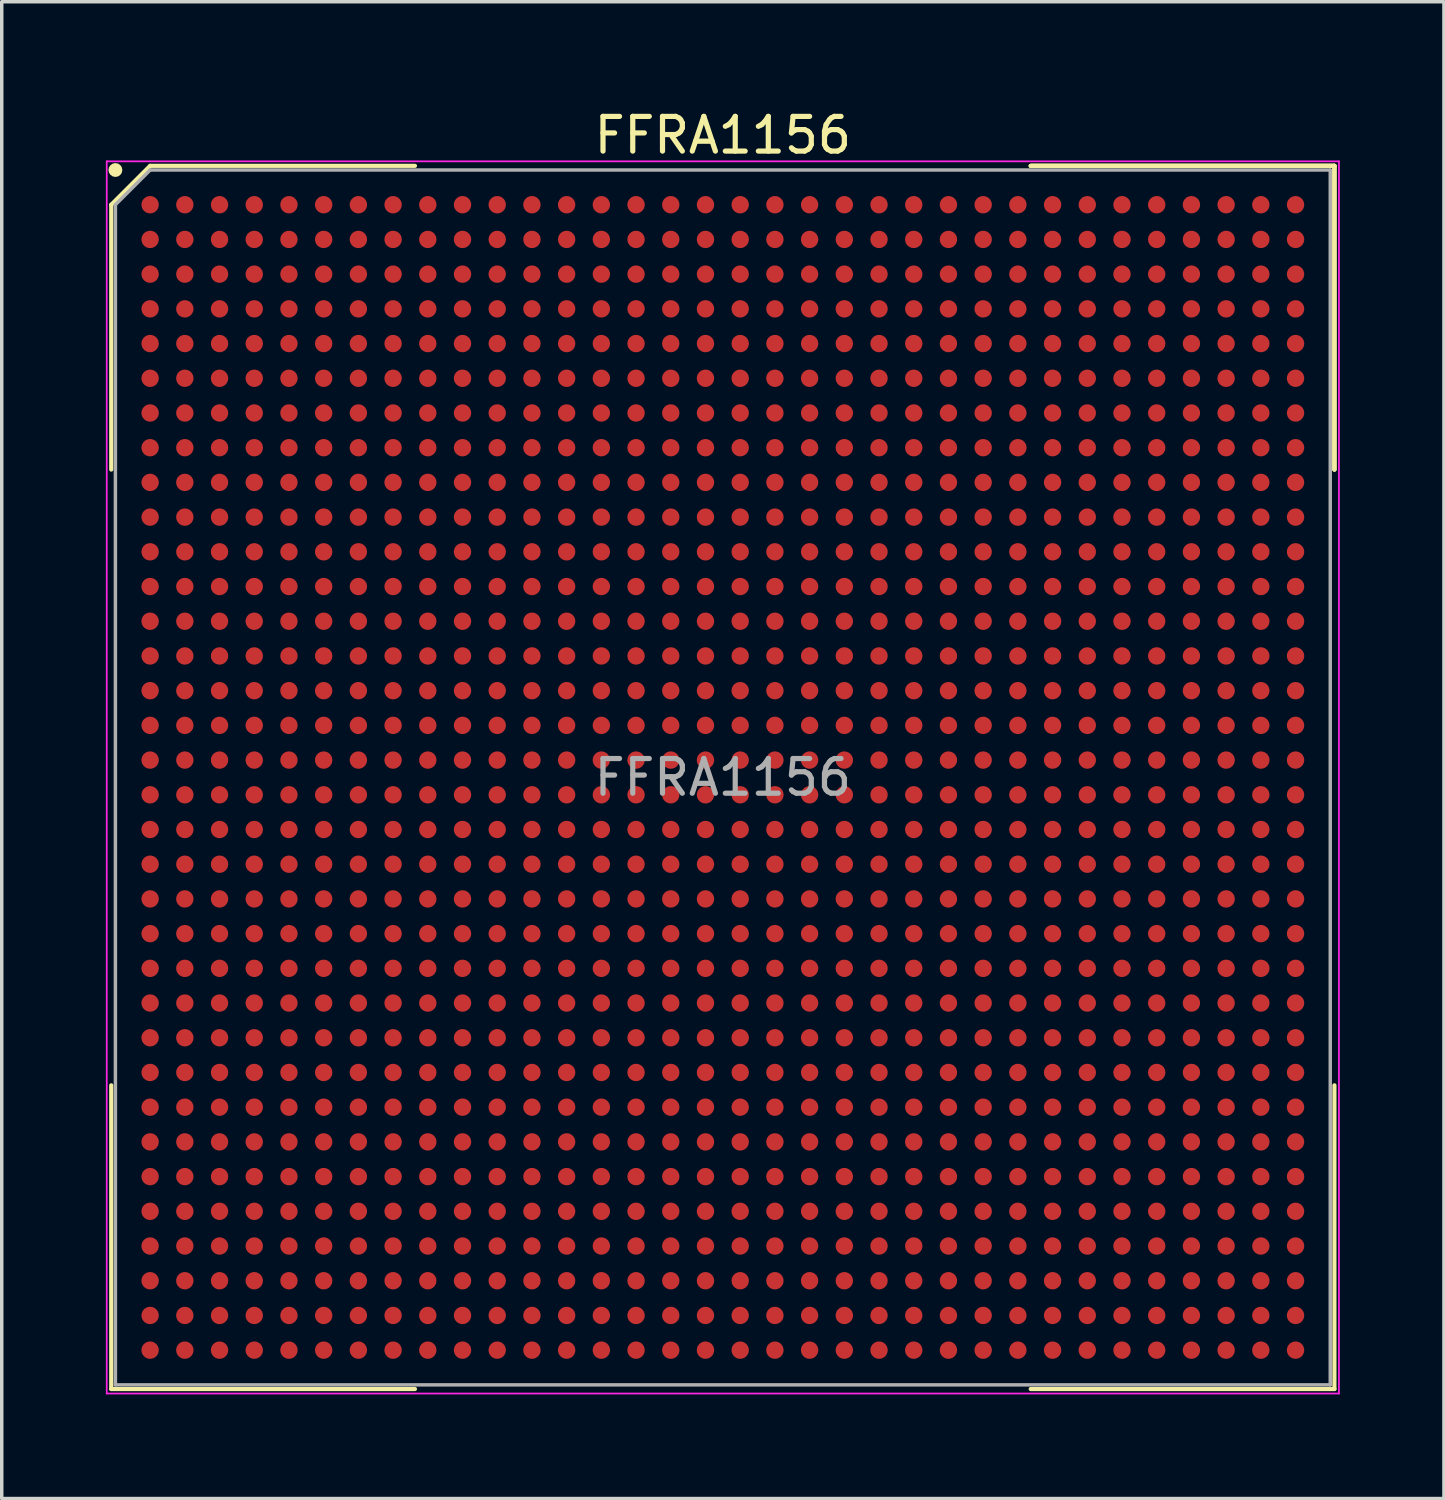
<source format=kicad_pcb>
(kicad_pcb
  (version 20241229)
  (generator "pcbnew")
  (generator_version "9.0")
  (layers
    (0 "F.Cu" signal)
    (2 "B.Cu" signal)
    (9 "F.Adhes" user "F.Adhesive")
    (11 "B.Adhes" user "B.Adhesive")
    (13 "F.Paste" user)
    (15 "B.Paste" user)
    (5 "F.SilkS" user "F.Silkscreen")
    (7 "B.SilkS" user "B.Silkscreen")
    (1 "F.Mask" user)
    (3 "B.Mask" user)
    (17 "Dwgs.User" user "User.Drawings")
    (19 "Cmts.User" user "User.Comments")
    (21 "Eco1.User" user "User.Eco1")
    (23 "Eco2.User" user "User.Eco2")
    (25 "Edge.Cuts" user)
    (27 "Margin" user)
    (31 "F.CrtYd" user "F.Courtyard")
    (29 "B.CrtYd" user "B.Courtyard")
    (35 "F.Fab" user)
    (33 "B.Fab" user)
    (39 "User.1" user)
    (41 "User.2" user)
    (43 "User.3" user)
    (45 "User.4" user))
  (footprint "FFRA1156"
    (layer "F.Cu")
    (at 17.775 19.348)
    (property "Reference" "FFRA1156" (at 0 -18.5 0) (layer "F.SilkS") (effects (font (size 1 1) (thickness 0.15))))
    (attr smd)
    (fp_line (start -17.62 -16.5) (end -17.62 -8.87) (stroke (width 0.12) (type solid)) (layer "F.SilkS"))
    (fp_line (start -17.62 17.62) (end -17.62 8.87) (stroke (width 0.12) (type solid)) (layer "F.SilkS"))
    (fp_line (start -16.5 -17.62) (end -17.62 -16.5) (stroke (width 0.12) (type solid)) (layer "F.SilkS"))
    (fp_line (start -8.87 -17.62) (end -16.5 -17.62) (stroke (width 0.12) (type solid)) (layer "F.SilkS"))
    (fp_line (start -8.87 17.62) (end -17.62 17.62) (stroke (width 0.12) (type solid)) (layer "F.SilkS"))
    (fp_line (start 8.87 -17.62) (end 17.62 -17.62) (stroke (width 0.12) (type solid)) (layer "F.SilkS"))
    (fp_line (start 8.87 -17.62) (end 17.62 -17.62) (stroke (width 0.12) (type solid)) (layer "F.SilkS"))
    (fp_line (start 8.87 -17.62) (end 17.62 -17.62) (stroke (width 0.12) (type solid)) (layer "F.SilkS"))
    (fp_line (start 8.87 17.62) (end 17.62 17.62) (stroke (width 0.12) (type solid)) (layer "F.SilkS"))
    (fp_line (start 17.62 -17.62) (end 17.62 -8.87) (stroke (width 0.12) (type solid)) (layer "F.SilkS"))
    (fp_line (start 17.62 -17.62) (end 17.62 -8.87) (stroke (width 0.12) (type solid)) (layer "F.SilkS"))
    (fp_line (start 17.62 -17.62) (end 17.62 -8.87) (stroke (width 0.12) (type solid)) (layer "F.SilkS"))
    (fp_line (start 17.62 17.62) (end 17.62 8.87) (stroke (width 0.12) (type solid)) (layer "F.SilkS"))
    (fp_circle (center -17.5 -17.5) (end -17.5 -17.4) (stroke (width 0.2) (type solid)) (fill no) (layer "F.SilkS"))
    (fp_line (start -17.75 -17.75) (end 17.75 -17.75) (stroke (width 0.05) (type solid)) (layer "F.CrtYd"))
    (fp_line (start -17.75 17.75) (end -17.75 -17.75) (stroke (width 0.05) (type solid)) (layer "F.CrtYd"))
    (fp_line (start 17.75 -17.75) (end 17.75 17.75) (stroke (width 0.05) (type solid)) (layer "F.CrtYd"))
    (fp_line (start 17.75 17.75) (end -17.75 17.75) (stroke (width 0.05) (type solid)) (layer "F.CrtYd"))
    (fp_line (start -17.5 -16.5) (end -17.5 17.5) (stroke (width 0.1) (type solid)) (layer "F.Fab"))
    (fp_line (start -17.5 17.5) (end 17.5 17.5) (stroke (width 0.1) (type solid)) (layer "F.Fab"))
    (fp_line (start -16.5 -17.5) (end -17.5 -16.5) (stroke (width 0.1) (type solid)) (layer "F.Fab"))
    (fp_line (start 17.5 -17.5) (end -16.5 -17.5) (stroke (width 0.1) (type solid)) (layer "F.Fab"))
    (fp_line (start 17.5 17.5) (end 17.5 -17.5) (stroke (width 0.1) (type solid)) (layer "F.Fab"))
    (fp_text user "${REFERENCE}" (at 0 0 0) (layer "F.Fab") (effects (font (size 1 1) (thickness 0.15))))
    (pad "A1" smd circle (at -16.5 -16.5) (size 0.5 0.5) (layers "F.Cu" "F.Mask" "F.Paste"))
    (pad "A2" smd circle (at -15.5 -16.5) (size 0.5 0.5) (layers "F.Cu" "F.Mask" "F.Paste"))
    (pad "A3" smd circle (at -14.5 -16.5) (size 0.5 0.5) (layers "F.Cu" "F.Mask" "F.Paste"))
    (pad "A4" smd circle (at -13.5 -16.5) (size 0.5 0.5) (layers "F.Cu" "F.Mask" "F.Paste"))
    (pad "A5" smd circle (at -12.5 -16.5) (size 0.5 0.5) (layers "F.Cu" "F.Mask" "F.Paste"))
    (pad "A6" smd circle (at -11.5 -16.5) (size 0.5 0.5) (layers "F.Cu" "F.Mask" "F.Paste"))
    (pad "A7" smd circle (at -10.5 -16.5) (size 0.5 0.5) (layers "F.Cu" "F.Mask" "F.Paste"))
    (pad "A8" smd circle (at -9.5 -16.5) (size 0.5 0.5) (layers "F.Cu" "F.Mask" "F.Paste"))
    (pad "A9" smd circle (at -8.5 -16.5) (size 0.5 0.5) (layers "F.Cu" "F.Mask" "F.Paste"))
    (pad "A10" smd circle (at -7.5 -16.5) (size 0.5 0.5) (layers "F.Cu" "F.Mask" "F.Paste"))
    (pad "A11" smd circle (at -6.5 -16.5) (size 0.5 0.5) (layers "F.Cu" "F.Mask" "F.Paste"))
    (pad "A12" smd circle (at -5.5 -16.5) (size 0.5 0.5) (layers "F.Cu" "F.Mask" "F.Paste"))
    (pad "A13" smd circle (at -4.5 -16.5) (size 0.5 0.5) (layers "F.Cu" "F.Mask" "F.Paste"))
    (pad "A14" smd circle (at -3.5 -16.5) (size 0.5 0.5) (layers "F.Cu" "F.Mask" "F.Paste"))
    (pad "A15" smd circle (at -2.5 -16.5) (size 0.5 0.5) (layers "F.Cu" "F.Mask" "F.Paste"))
    (pad "A16" smd circle (at -1.5 -16.5) (size 0.5 0.5) (layers "F.Cu" "F.Mask" "F.Paste"))
    (pad "A17" smd circle (at -0.5 -16.5) (size 0.5 0.5) (layers "F.Cu" "F.Mask" "F.Paste"))
    (pad "A18" smd circle (at 0.5 -16.5) (size 0.5 0.5) (layers "F.Cu" "F.Mask" "F.Paste"))
    (pad "A19" smd circle (at 1.5 -16.5) (size 0.5 0.5) (layers "F.Cu" "F.Mask" "F.Paste"))
    (pad "A20" smd circle (at 2.5 -16.5) (size 0.5 0.5) (layers "F.Cu" "F.Mask" "F.Paste"))
    (pad "A21" smd circle (at 3.5 -16.5) (size 0.5 0.5) (layers "F.Cu" "F.Mask" "F.Paste"))
    (pad "A22" smd circle (at 4.5 -16.5) (size 0.5 0.5) (layers "F.Cu" "F.Mask" "F.Paste"))
    (pad "A23" smd circle (at 5.5 -16.5) (size 0.5 0.5) (layers "F.Cu" "F.Mask" "F.Paste"))
    (pad "A24" smd circle (at 6.5 -16.5) (size 0.5 0.5) (layers "F.Cu" "F.Mask" "F.Paste"))
    (pad "A25" smd circle (at 7.5 -16.5) (size 0.5 0.5) (layers "F.Cu" "F.Mask" "F.Paste"))
    (pad "A26" smd circle (at 8.5 -16.5) (size 0.5 0.5) (layers "F.Cu" "F.Mask" "F.Paste"))
    (pad "A27" smd circle (at 9.5 -16.5) (size 0.5 0.5) (layers "F.Cu" "F.Mask" "F.Paste"))
    (pad "A28" smd circle (at 10.5 -16.5) (size 0.5 0.5) (layers "F.Cu" "F.Mask" "F.Paste"))
    (pad "A29" smd circle (at 11.5 -16.5) (size 0.5 0.5) (layers "F.Cu" "F.Mask" "F.Paste"))
    (pad "A30" smd circle (at 12.5 -16.5) (size 0.5 0.5) (layers "F.Cu" "F.Mask" "F.Paste"))
    (pad "A31" smd circle (at 13.5 -16.5) (size 0.5 0.5) (layers "F.Cu" "F.Mask" "F.Paste"))
    (pad "A32" smd circle (at 14.5 -16.5) (size 0.5 0.5) (layers "F.Cu" "F.Mask" "F.Paste"))
    (pad "A33" smd circle (at 15.5 -16.5) (size 0.5 0.5) (layers "F.Cu" "F.Mask" "F.Paste"))
    (pad "A34" smd circle (at 16.5 -16.5) (size 0.5 0.5) (layers "F.Cu" "F.Mask" "F.Paste"))
    (pad "AA1" smd circle (at -16.5 3.5) (size 0.5 0.5) (layers "F.Cu" "F.Mask" "F.Paste"))
    (pad "AA2" smd circle (at -15.5 3.5) (size 0.5 0.5) (layers "F.Cu" "F.Mask" "F.Paste"))
    (pad "AA3" smd circle (at -14.5 3.5) (size 0.5 0.5) (layers "F.Cu" "F.Mask" "F.Paste"))
    (pad "AA4" smd circle (at -13.5 3.5) (size 0.5 0.5) (layers "F.Cu" "F.Mask" "F.Paste"))
    (pad "AA5" smd circle (at -12.5 3.5) (size 0.5 0.5) (layers "F.Cu" "F.Mask" "F.Paste"))
    (pad "AA6" smd circle (at -11.5 3.5) (size 0.5 0.5) (layers "F.Cu" "F.Mask" "F.Paste"))
    (pad "AA7" smd circle (at -10.5 3.5) (size 0.5 0.5) (layers "F.Cu" "F.Mask" "F.Paste"))
    (pad "AA8" smd circle (at -9.5 3.5) (size 0.5 0.5) (layers "F.Cu" "F.Mask" "F.Paste"))
    (pad "AA9" smd circle (at -8.5 3.5) (size 0.5 0.5) (layers "F.Cu" "F.Mask" "F.Paste"))
    (pad "AA10" smd circle (at -7.5 3.5) (size 0.5 0.5) (layers "F.Cu" "F.Mask" "F.Paste"))
    (pad "AA11" smd circle (at -6.5 3.5) (size 0.5 0.5) (layers "F.Cu" "F.Mask" "F.Paste"))
    (pad "AA12" smd circle (at -5.5 3.5) (size 0.5 0.5) (layers "F.Cu" "F.Mask" "F.Paste"))
    (pad "AA13" smd circle (at -4.5 3.5) (size 0.5 0.5) (layers "F.Cu" "F.Mask" "F.Paste"))
    (pad "AA14" smd circle (at -3.5 3.5) (size 0.5 0.5) (layers "F.Cu" "F.Mask" "F.Paste"))
    (pad "AA15" smd circle (at -2.5 3.5) (size 0.5 0.5) (layers "F.Cu" "F.Mask" "F.Paste"))
    (pad "AA16" smd circle (at -1.5 3.5) (size 0.5 0.5) (layers "F.Cu" "F.Mask" "F.Paste"))
    (pad "AA17" smd circle (at -0.5 3.5) (size 0.5 0.5) (layers "F.Cu" "F.Mask" "F.Paste"))
    (pad "AA18" smd circle (at 0.5 3.5) (size 0.5 0.5) (layers "F.Cu" "F.Mask" "F.Paste"))
    (pad "AA19" smd circle (at 1.5 3.5) (size 0.5 0.5) (layers "F.Cu" "F.Mask" "F.Paste"))
    (pad "AA20" smd circle (at 2.5 3.5) (size 0.5 0.5) (layers "F.Cu" "F.Mask" "F.Paste"))
    (pad "AA21" smd circle (at 3.5 3.5) (size 0.5 0.5) (layers "F.Cu" "F.Mask" "F.Paste"))
    (pad "AA22" smd circle (at 4.5 3.5) (size 0.5 0.5) (layers "F.Cu" "F.Mask" "F.Paste"))
    (pad "AA23" smd circle (at 5.5 3.5) (size 0.5 0.5) (layers "F.Cu" "F.Mask" "F.Paste"))
    (pad "AA24" smd circle (at 6.5 3.5) (size 0.5 0.5) (layers "F.Cu" "F.Mask" "F.Paste"))
    (pad "AA25" smd circle (at 7.5 3.5) (size 0.5 0.5) (layers "F.Cu" "F.Mask" "F.Paste"))
    (pad "AA26" smd circle (at 8.5 3.5) (size 0.5 0.5) (layers "F.Cu" "F.Mask" "F.Paste"))
    (pad "AA27" smd circle (at 9.5 3.5) (size 0.5 0.5) (layers "F.Cu" "F.Mask" "F.Paste"))
    (pad "AA28" smd circle (at 10.5 3.5) (size 0.5 0.5) (layers "F.Cu" "F.Mask" "F.Paste"))
    (pad "AA29" smd circle (at 11.5 3.5) (size 0.5 0.5) (layers "F.Cu" "F.Mask" "F.Paste"))
    (pad "AA30" smd circle (at 12.5 3.5) (size 0.5 0.5) (layers "F.Cu" "F.Mask" "F.Paste"))
    (pad "AA31" smd circle (at 13.5 3.5) (size 0.5 0.5) (layers "F.Cu" "F.Mask" "F.Paste"))
    (pad "AA32" smd circle (at 14.5 3.5) (size 0.5 0.5) (layers "F.Cu" "F.Mask" "F.Paste"))
    (pad "AA33" smd circle (at 15.5 3.5) (size 0.5 0.5) (layers "F.Cu" "F.Mask" "F.Paste"))
    (pad "AA34" smd circle (at 16.5 3.5) (size 0.5 0.5) (layers "F.Cu" "F.Mask" "F.Paste"))
    (pad "AB1" smd circle (at -16.5 4.5) (size 0.5 0.5) (layers "F.Cu" "F.Mask" "F.Paste"))
    (pad "AB2" smd circle (at -15.5 4.5) (size 0.5 0.5) (layers "F.Cu" "F.Mask" "F.Paste"))
    (pad "AB3" smd circle (at -14.5 4.5) (size 0.5 0.5) (layers "F.Cu" "F.Mask" "F.Paste"))
    (pad "AB4" smd circle (at -13.5 4.5) (size 0.5 0.5) (layers "F.Cu" "F.Mask" "F.Paste"))
    (pad "AB5" smd circle (at -12.5 4.5) (size 0.5 0.5) (layers "F.Cu" "F.Mask" "F.Paste"))
    (pad "AB6" smd circle (at -11.5 4.5) (size 0.5 0.5) (layers "F.Cu" "F.Mask" "F.Paste"))
    (pad "AB7" smd circle (at -10.5 4.5) (size 0.5 0.5) (layers "F.Cu" "F.Mask" "F.Paste"))
    (pad "AB8" smd circle (at -9.5 4.5) (size 0.5 0.5) (layers "F.Cu" "F.Mask" "F.Paste"))
    (pad "AB9" smd circle (at -8.5 4.5) (size 0.5 0.5) (layers "F.Cu" "F.Mask" "F.Paste"))
    (pad "AB10" smd circle (at -7.5 4.5) (size 0.5 0.5) (layers "F.Cu" "F.Mask" "F.Paste"))
    (pad "AB11" smd circle (at -6.5 4.5) (size 0.5 0.5) (layers "F.Cu" "F.Mask" "F.Paste"))
    (pad "AB12" smd circle (at -5.5 4.5) (size 0.5 0.5) (layers "F.Cu" "F.Mask" "F.Paste"))
    (pad "AB13" smd circle (at -4.5 4.5) (size 0.5 0.5) (layers "F.Cu" "F.Mask" "F.Paste"))
    (pad "AB14" smd circle (at -3.5 4.5) (size 0.5 0.5) (layers "F.Cu" "F.Mask" "F.Paste"))
    (pad "AB15" smd circle (at -2.5 4.5) (size 0.5 0.5) (layers "F.Cu" "F.Mask" "F.Paste"))
    (pad "AB16" smd circle (at -1.5 4.5) (size 0.5 0.5) (layers "F.Cu" "F.Mask" "F.Paste"))
    (pad "AB17" smd circle (at -0.5 4.5) (size 0.5 0.5) (layers "F.Cu" "F.Mask" "F.Paste"))
    (pad "AB18" smd circle (at 0.5 4.5) (size 0.5 0.5) (layers "F.Cu" "F.Mask" "F.Paste"))
    (pad "AB19" smd circle (at 1.5 4.5) (size 0.5 0.5) (layers "F.Cu" "F.Mask" "F.Paste"))
    (pad "AB20" smd circle (at 2.5 4.5) (size 0.5 0.5) (layers "F.Cu" "F.Mask" "F.Paste"))
    (pad "AB21" smd circle (at 3.5 4.5) (size 0.5 0.5) (layers "F.Cu" "F.Mask" "F.Paste"))
    (pad "AB22" smd circle (at 4.5 4.5) (size 0.5 0.5) (layers "F.Cu" "F.Mask" "F.Paste"))
    (pad "AB23" smd circle (at 5.5 4.5) (size 0.5 0.5) (layers "F.Cu" "F.Mask" "F.Paste"))
    (pad "AB24" smd circle (at 6.5 4.5) (size 0.5 0.5) (layers "F.Cu" "F.Mask" "F.Paste"))
    (pad "AB25" smd circle (at 7.5 4.5) (size 0.5 0.5) (layers "F.Cu" "F.Mask" "F.Paste"))
    (pad "AB26" smd circle (at 8.5 4.5) (size 0.5 0.5) (layers "F.Cu" "F.Mask" "F.Paste"))
    (pad "AB27" smd circle (at 9.5 4.5) (size 0.5 0.5) (layers "F.Cu" "F.Mask" "F.Paste"))
    (pad "AB28" smd circle (at 10.5 4.5) (size 0.5 0.5) (layers "F.Cu" "F.Mask" "F.Paste"))
    (pad "AB29" smd circle (at 11.5 4.5) (size 0.5 0.5) (layers "F.Cu" "F.Mask" "F.Paste"))
    (pad "AB30" smd circle (at 12.5 4.5) (size 0.5 0.5) (layers "F.Cu" "F.Mask" "F.Paste"))
    (pad "AB31" smd circle (at 13.5 4.5) (size 0.5 0.5) (layers "F.Cu" "F.Mask" "F.Paste"))
    (pad "AB32" smd circle (at 14.5 4.5) (size 0.5 0.5) (layers "F.Cu" "F.Mask" "F.Paste"))
    (pad "AB33" smd circle (at 15.5 4.5) (size 0.5 0.5) (layers "F.Cu" "F.Mask" "F.Paste"))
    (pad "AB34" smd circle (at 16.5 4.5) (size 0.5 0.5) (layers "F.Cu" "F.Mask" "F.Paste"))
    (pad "AC1" smd circle (at -16.5 5.5) (size 0.5 0.5) (layers "F.Cu" "F.Mask" "F.Paste"))
    (pad "AC2" smd circle (at -15.5 5.5) (size 0.5 0.5) (layers "F.Cu" "F.Mask" "F.Paste"))
    (pad "AC3" smd circle (at -14.5 5.5) (size 0.5 0.5) (layers "F.Cu" "F.Mask" "F.Paste"))
    (pad "AC4" smd circle (at -13.5 5.5) (size 0.5 0.5) (layers "F.Cu" "F.Mask" "F.Paste"))
    (pad "AC5" smd circle (at -12.5 5.5) (size 0.5 0.5) (layers "F.Cu" "F.Mask" "F.Paste"))
    (pad "AC6" smd circle (at -11.5 5.5) (size 0.5 0.5) (layers "F.Cu" "F.Mask" "F.Paste"))
    (pad "AC7" smd circle (at -10.5 5.5) (size 0.5 0.5) (layers "F.Cu" "F.Mask" "F.Paste"))
    (pad "AC8" smd circle (at -9.5 5.5) (size 0.5 0.5) (layers "F.Cu" "F.Mask" "F.Paste"))
    (pad "AC9" smd circle (at -8.5 5.5) (size 0.5 0.5) (layers "F.Cu" "F.Mask" "F.Paste"))
    (pad "AC10" smd circle (at -7.5 5.5) (size 0.5 0.5) (layers "F.Cu" "F.Mask" "F.Paste"))
    (pad "AC11" smd circle (at -6.5 5.5) (size 0.5 0.5) (layers "F.Cu" "F.Mask" "F.Paste"))
    (pad "AC12" smd circle (at -5.5 5.5) (size 0.5 0.5) (layers "F.Cu" "F.Mask" "F.Paste"))
    (pad "AC13" smd circle (at -4.5 5.5) (size 0.5 0.5) (layers "F.Cu" "F.Mask" "F.Paste"))
    (pad "AC14" smd circle (at -3.5 5.5) (size 0.5 0.5) (layers "F.Cu" "F.Mask" "F.Paste"))
    (pad "AC15" smd circle (at -2.5 5.5) (size 0.5 0.5) (layers "F.Cu" "F.Mask" "F.Paste"))
    (pad "AC16" smd circle (at -1.5 5.5) (size 0.5 0.5) (layers "F.Cu" "F.Mask" "F.Paste"))
    (pad "AC17" smd circle (at -0.5 5.5) (size 0.5 0.5) (layers "F.Cu" "F.Mask" "F.Paste"))
    (pad "AC18" smd circle (at 0.5 5.5) (size 0.5 0.5) (layers "F.Cu" "F.Mask" "F.Paste"))
    (pad "AC19" smd circle (at 1.5 5.5) (size 0.5 0.5) (layers "F.Cu" "F.Mask" "F.Paste"))
    (pad "AC20" smd circle (at 2.5 5.5) (size 0.5 0.5) (layers "F.Cu" "F.Mask" "F.Paste"))
    (pad "AC21" smd circle (at 3.5 5.5) (size 0.5 0.5) (layers "F.Cu" "F.Mask" "F.Paste"))
    (pad "AC22" smd circle (at 4.5 5.5) (size 0.5 0.5) (layers "F.Cu" "F.Mask" "F.Paste"))
    (pad "AC23" smd circle (at 5.5 5.5) (size 0.5 0.5) (layers "F.Cu" "F.Mask" "F.Paste"))
    (pad "AC24" smd circle (at 6.5 5.5) (size 0.5 0.5) (layers "F.Cu" "F.Mask" "F.Paste"))
    (pad "AC25" smd circle (at 7.5 5.5) (size 0.5 0.5) (layers "F.Cu" "F.Mask" "F.Paste"))
    (pad "AC26" smd circle (at 8.5 5.5) (size 0.5 0.5) (layers "F.Cu" "F.Mask" "F.Paste"))
    (pad "AC27" smd circle (at 9.5 5.5) (size 0.5 0.5) (layers "F.Cu" "F.Mask" "F.Paste"))
    (pad "AC28" smd circle (at 10.5 5.5) (size 0.5 0.5) (layers "F.Cu" "F.Mask" "F.Paste"))
    (pad "AC29" smd circle (at 11.5 5.5) (size 0.5 0.5) (layers "F.Cu" "F.Mask" "F.Paste"))
    (pad "AC30" smd circle (at 12.5 5.5) (size 0.5 0.5) (layers "F.Cu" "F.Mask" "F.Paste"))
    (pad "AC31" smd circle (at 13.5 5.5) (size 0.5 0.5) (layers "F.Cu" "F.Mask" "F.Paste"))
    (pad "AC32" smd circle (at 14.5 5.5) (size 0.5 0.5) (layers "F.Cu" "F.Mask" "F.Paste"))
    (pad "AC33" smd circle (at 15.5 5.5) (size 0.5 0.5) (layers "F.Cu" "F.Mask" "F.Paste"))
    (pad "AC34" smd circle (at 16.5 5.5) (size 0.5 0.5) (layers "F.Cu" "F.Mask" "F.Paste"))
    (pad "AD1" smd circle (at -16.5 6.5) (size 0.5 0.5) (layers "F.Cu" "F.Mask" "F.Paste"))
    (pad "AD2" smd circle (at -15.5 6.5) (size 0.5 0.5) (layers "F.Cu" "F.Mask" "F.Paste"))
    (pad "AD3" smd circle (at -14.5 6.5) (size 0.5 0.5) (layers "F.Cu" "F.Mask" "F.Paste"))
    (pad "AD4" smd circle (at -13.5 6.5) (size 0.5 0.5) (layers "F.Cu" "F.Mask" "F.Paste"))
    (pad "AD5" smd circle (at -12.5 6.5) (size 0.5 0.5) (layers "F.Cu" "F.Mask" "F.Paste"))
    (pad "AD6" smd circle (at -11.5 6.5) (size 0.5 0.5) (layers "F.Cu" "F.Mask" "F.Paste"))
    (pad "AD7" smd circle (at -10.5 6.5) (size 0.5 0.5) (layers "F.Cu" "F.Mask" "F.Paste"))
    (pad "AD8" smd circle (at -9.5 6.5) (size 0.5 0.5) (layers "F.Cu" "F.Mask" "F.Paste"))
    (pad "AD9" smd circle (at -8.5 6.5) (size 0.5 0.5) (layers "F.Cu" "F.Mask" "F.Paste"))
    (pad "AD10" smd circle (at -7.5 6.5) (size 0.5 0.5) (layers "F.Cu" "F.Mask" "F.Paste"))
    (pad "AD11" smd circle (at -6.5 6.5) (size 0.5 0.5) (layers "F.Cu" "F.Mask" "F.Paste"))
    (pad "AD12" smd circle (at -5.5 6.5) (size 0.5 0.5) (layers "F.Cu" "F.Mask" "F.Paste"))
    (pad "AD13" smd circle (at -4.5 6.5) (size 0.5 0.5) (layers "F.Cu" "F.Mask" "F.Paste"))
    (pad "AD14" smd circle (at -3.5 6.5) (size 0.5 0.5) (layers "F.Cu" "F.Mask" "F.Paste"))
    (pad "AD15" smd circle (at -2.5 6.5) (size 0.5 0.5) (layers "F.Cu" "F.Mask" "F.Paste"))
    (pad "AD16" smd circle (at -1.5 6.5) (size 0.5 0.5) (layers "F.Cu" "F.Mask" "F.Paste"))
    (pad "AD17" smd circle (at -0.5 6.5) (size 0.5 0.5) (layers "F.Cu" "F.Mask" "F.Paste"))
    (pad "AD18" smd circle (at 0.5 6.5) (size 0.5 0.5) (layers "F.Cu" "F.Mask" "F.Paste"))
    (pad "AD19" smd circle (at 1.5 6.5) (size 0.5 0.5) (layers "F.Cu" "F.Mask" "F.Paste"))
    (pad "AD20" smd circle (at 2.5 6.5) (size 0.5 0.5) (layers "F.Cu" "F.Mask" "F.Paste"))
    (pad "AD21" smd circle (at 3.5 6.5) (size 0.5 0.5) (layers "F.Cu" "F.Mask" "F.Paste"))
    (pad "AD22" smd circle (at 4.5 6.5) (size 0.5 0.5) (layers "F.Cu" "F.Mask" "F.Paste"))
    (pad "AD23" smd circle (at 5.5 6.5) (size 0.5 0.5) (layers "F.Cu" "F.Mask" "F.Paste"))
    (pad "AD24" smd circle (at 6.5 6.5) (size 0.5 0.5) (layers "F.Cu" "F.Mask" "F.Paste"))
    (pad "AD25" smd circle (at 7.5 6.5) (size 0.5 0.5) (layers "F.Cu" "F.Mask" "F.Paste"))
    (pad "AD26" smd circle (at 8.5 6.5) (size 0.5 0.5) (layers "F.Cu" "F.Mask" "F.Paste"))
    (pad "AD27" smd circle (at 9.5 6.5) (size 0.5 0.5) (layers "F.Cu" "F.Mask" "F.Paste"))
    (pad "AD28" smd circle (at 10.5 6.5) (size 0.5 0.5) (layers "F.Cu" "F.Mask" "F.Paste"))
    (pad "AD29" smd circle (at 11.5 6.5) (size 0.5 0.5) (layers "F.Cu" "F.Mask" "F.Paste"))
    (pad "AD30" smd circle (at 12.5 6.5) (size 0.5 0.5) (layers "F.Cu" "F.Mask" "F.Paste"))
    (pad "AD31" smd circle (at 13.5 6.5) (size 0.5 0.5) (layers "F.Cu" "F.Mask" "F.Paste"))
    (pad "AD32" smd circle (at 14.5 6.5) (size 0.5 0.5) (layers "F.Cu" "F.Mask" "F.Paste"))
    (pad "AD33" smd circle (at 15.5 6.5) (size 0.5 0.5) (layers "F.Cu" "F.Mask" "F.Paste"))
    (pad "AD34" smd circle (at 16.5 6.5) (size 0.5 0.5) (layers "F.Cu" "F.Mask" "F.Paste"))
    (pad "AE1" smd circle (at -16.5 7.5) (size 0.5 0.5) (layers "F.Cu" "F.Mask" "F.Paste"))
    (pad "AE2" smd circle (at -15.5 7.5) (size 0.5 0.5) (layers "F.Cu" "F.Mask" "F.Paste"))
    (pad "AE3" smd circle (at -14.5 7.5) (size 0.5 0.5) (layers "F.Cu" "F.Mask" "F.Paste"))
    (pad "AE4" smd circle (at -13.5 7.5) (size 0.5 0.5) (layers "F.Cu" "F.Mask" "F.Paste"))
    (pad "AE5" smd circle (at -12.5 7.5) (size 0.5 0.5) (layers "F.Cu" "F.Mask" "F.Paste"))
    (pad "AE6" smd circle (at -11.5 7.5) (size 0.5 0.5) (layers "F.Cu" "F.Mask" "F.Paste"))
    (pad "AE7" smd circle (at -10.5 7.5) (size 0.5 0.5) (layers "F.Cu" "F.Mask" "F.Paste"))
    (pad "AE8" smd circle (at -9.5 7.5) (size 0.5 0.5) (layers "F.Cu" "F.Mask" "F.Paste"))
    (pad "AE9" smd circle (at -8.5 7.5) (size 0.5 0.5) (layers "F.Cu" "F.Mask" "F.Paste"))
    (pad "AE10" smd circle (at -7.5 7.5) (size 0.5 0.5) (layers "F.Cu" "F.Mask" "F.Paste"))
    (pad "AE11" smd circle (at -6.5 7.5) (size 0.5 0.5) (layers "F.Cu" "F.Mask" "F.Paste"))
    (pad "AE12" smd circle (at -5.5 7.5) (size 0.5 0.5) (layers "F.Cu" "F.Mask" "F.Paste"))
    (pad "AE13" smd circle (at -4.5 7.5) (size 0.5 0.5) (layers "F.Cu" "F.Mask" "F.Paste"))
    (pad "AE14" smd circle (at -3.5 7.5) (size 0.5 0.5) (layers "F.Cu" "F.Mask" "F.Paste"))
    (pad "AE15" smd circle (at -2.5 7.5) (size 0.5 0.5) (layers "F.Cu" "F.Mask" "F.Paste"))
    (pad "AE16" smd circle (at -1.5 7.5) (size 0.5 0.5) (layers "F.Cu" "F.Mask" "F.Paste"))
    (pad "AE17" smd circle (at -0.5 7.5) (size 0.5 0.5) (layers "F.Cu" "F.Mask" "F.Paste"))
    (pad "AE18" smd circle (at 0.5 7.5) (size 0.5 0.5) (layers "F.Cu" "F.Mask" "F.Paste"))
    (pad "AE19" smd circle (at 1.5 7.5) (size 0.5 0.5) (layers "F.Cu" "F.Mask" "F.Paste"))
    (pad "AE20" smd circle (at 2.5 7.5) (size 0.5 0.5) (layers "F.Cu" "F.Mask" "F.Paste"))
    (pad "AE21" smd circle (at 3.5 7.5) (size 0.5 0.5) (layers "F.Cu" "F.Mask" "F.Paste"))
    (pad "AE22" smd circle (at 4.5 7.5) (size 0.5 0.5) (layers "F.Cu" "F.Mask" "F.Paste"))
    (pad "AE23" smd circle (at 5.5 7.5) (size 0.5 0.5) (layers "F.Cu" "F.Mask" "F.Paste"))
    (pad "AE24" smd circle (at 6.5 7.5) (size 0.5 0.5) (layers "F.Cu" "F.Mask" "F.Paste"))
    (pad "AE25" smd circle (at 7.5 7.5) (size 0.5 0.5) (layers "F.Cu" "F.Mask" "F.Paste"))
    (pad "AE26" smd circle (at 8.5 7.5) (size 0.5 0.5) (layers "F.Cu" "F.Mask" "F.Paste"))
    (pad "AE27" smd circle (at 9.5 7.5) (size 0.5 0.5) (layers "F.Cu" "F.Mask" "F.Paste"))
    (pad "AE28" smd circle (at 10.5 7.5) (size 0.5 0.5) (layers "F.Cu" "F.Mask" "F.Paste"))
    (pad "AE29" smd circle (at 11.5 7.5) (size 0.5 0.5) (layers "F.Cu" "F.Mask" "F.Paste"))
    (pad "AE30" smd circle (at 12.5 7.5) (size 0.5 0.5) (layers "F.Cu" "F.Mask" "F.Paste"))
    (pad "AE31" smd circle (at 13.5 7.5) (size 0.5 0.5) (layers "F.Cu" "F.Mask" "F.Paste"))
    (pad "AE32" smd circle (at 14.5 7.5) (size 0.5 0.5) (layers "F.Cu" "F.Mask" "F.Paste"))
    (pad "AE33" smd circle (at 15.5 7.5) (size 0.5 0.5) (layers "F.Cu" "F.Mask" "F.Paste"))
    (pad "AE34" smd circle (at 16.5 7.5) (size 0.5 0.5) (layers "F.Cu" "F.Mask" "F.Paste"))
    (pad "AF1" smd circle (at -16.5 8.5) (size 0.5 0.5) (layers "F.Cu" "F.Mask" "F.Paste"))
    (pad "AF2" smd circle (at -15.5 8.5) (size 0.5 0.5) (layers "F.Cu" "F.Mask" "F.Paste"))
    (pad "AF3" smd circle (at -14.5 8.5) (size 0.5 0.5) (layers "F.Cu" "F.Mask" "F.Paste"))
    (pad "AF4" smd circle (at -13.5 8.5) (size 0.5 0.5) (layers "F.Cu" "F.Mask" "F.Paste"))
    (pad "AF5" smd circle (at -12.5 8.5) (size 0.5 0.5) (layers "F.Cu" "F.Mask" "F.Paste"))
    (pad "AF6" smd circle (at -11.5 8.5) (size 0.5 0.5) (layers "F.Cu" "F.Mask" "F.Paste"))
    (pad "AF7" smd circle (at -10.5 8.5) (size 0.5 0.5) (layers "F.Cu" "F.Mask" "F.Paste"))
    (pad "AF8" smd circle (at -9.5 8.5) (size 0.5 0.5) (layers "F.Cu" "F.Mask" "F.Paste"))
    (pad "AF9" smd circle (at -8.5 8.5) (size 0.5 0.5) (layers "F.Cu" "F.Mask" "F.Paste"))
    (pad "AF10" smd circle (at -7.5 8.5) (size 0.5 0.5) (layers "F.Cu" "F.Mask" "F.Paste"))
    (pad "AF11" smd circle (at -6.5 8.5) (size 0.5 0.5) (layers "F.Cu" "F.Mask" "F.Paste"))
    (pad "AF12" smd circle (at -5.5 8.5) (size 0.5 0.5) (layers "F.Cu" "F.Mask" "F.Paste"))
    (pad "AF13" smd circle (at -4.5 8.5) (size 0.5 0.5) (layers "F.Cu" "F.Mask" "F.Paste"))
    (pad "AF14" smd circle (at -3.5 8.5) (size 0.5 0.5) (layers "F.Cu" "F.Mask" "F.Paste"))
    (pad "AF15" smd circle (at -2.5 8.5) (size 0.5 0.5) (layers "F.Cu" "F.Mask" "F.Paste"))
    (pad "AF16" smd circle (at -1.5 8.5) (size 0.5 0.5) (layers "F.Cu" "F.Mask" "F.Paste"))
    (pad "AF17" smd circle (at -0.5 8.5) (size 0.5 0.5) (layers "F.Cu" "F.Mask" "F.Paste"))
    (pad "AF18" smd circle (at 0.5 8.5) (size 0.5 0.5) (layers "F.Cu" "F.Mask" "F.Paste"))
    (pad "AF19" smd circle (at 1.5 8.5) (size 0.5 0.5) (layers "F.Cu" "F.Mask" "F.Paste"))
    (pad "AF20" smd circle (at 2.5 8.5) (size 0.5 0.5) (layers "F.Cu" "F.Mask" "F.Paste"))
    (pad "AF21" smd circle (at 3.5 8.5) (size 0.5 0.5) (layers "F.Cu" "F.Mask" "F.Paste"))
    (pad "AF22" smd circle (at 4.5 8.5) (size 0.5 0.5) (layers "F.Cu" "F.Mask" "F.Paste"))
    (pad "AF23" smd circle (at 5.5 8.5) (size 0.5 0.5) (layers "F.Cu" "F.Mask" "F.Paste"))
    (pad "AF24" smd circle (at 6.5 8.5) (size 0.5 0.5) (layers "F.Cu" "F.Mask" "F.Paste"))
    (pad "AF25" smd circle (at 7.5 8.5) (size 0.5 0.5) (layers "F.Cu" "F.Mask" "F.Paste"))
    (pad "AF26" smd circle (at 8.5 8.5) (size 0.5 0.5) (layers "F.Cu" "F.Mask" "F.Paste"))
    (pad "AF27" smd circle (at 9.5 8.5) (size 0.5 0.5) (layers "F.Cu" "F.Mask" "F.Paste"))
    (pad "AF28" smd circle (at 10.5 8.5) (size 0.5 0.5) (layers "F.Cu" "F.Mask" "F.Paste"))
    (pad "AF29" smd circle (at 11.5 8.5) (size 0.5 0.5) (layers "F.Cu" "F.Mask" "F.Paste"))
    (pad "AF30" smd circle (at 12.5 8.5) (size 0.5 0.5) (layers "F.Cu" "F.Mask" "F.Paste"))
    (pad "AF31" smd circle (at 13.5 8.5) (size 0.5 0.5) (layers "F.Cu" "F.Mask" "F.Paste"))
    (pad "AF32" smd circle (at 14.5 8.5) (size 0.5 0.5) (layers "F.Cu" "F.Mask" "F.Paste"))
    (pad "AF33" smd circle (at 15.5 8.5) (size 0.5 0.5) (layers "F.Cu" "F.Mask" "F.Paste"))
    (pad "AF34" smd circle (at 16.5 8.5) (size 0.5 0.5) (layers "F.Cu" "F.Mask" "F.Paste"))
    (pad "AG1" smd circle (at -16.5 9.5) (size 0.5 0.5) (layers "F.Cu" "F.Mask" "F.Paste"))
    (pad "AG2" smd circle (at -15.5 9.5) (size 0.5 0.5) (layers "F.Cu" "F.Mask" "F.Paste"))
    (pad "AG3" smd circle (at -14.5 9.5) (size 0.5 0.5) (layers "F.Cu" "F.Mask" "F.Paste"))
    (pad "AG4" smd circle (at -13.5 9.5) (size 0.5 0.5) (layers "F.Cu" "F.Mask" "F.Paste"))
    (pad "AG5" smd circle (at -12.5 9.5) (size 0.5 0.5) (layers "F.Cu" "F.Mask" "F.Paste"))
    (pad "AG6" smd circle (at -11.5 9.5) (size 0.5 0.5) (layers "F.Cu" "F.Mask" "F.Paste"))
    (pad "AG7" smd circle (at -10.5 9.5) (size 0.5 0.5) (layers "F.Cu" "F.Mask" "F.Paste"))
    (pad "AG8" smd circle (at -9.5 9.5) (size 0.5 0.5) (layers "F.Cu" "F.Mask" "F.Paste"))
    (pad "AG9" smd circle (at -8.5 9.5) (size 0.5 0.5) (layers "F.Cu" "F.Mask" "F.Paste"))
    (pad "AG10" smd circle (at -7.5 9.5) (size 0.5 0.5) (layers "F.Cu" "F.Mask" "F.Paste"))
    (pad "AG11" smd circle (at -6.5 9.5) (size 0.5 0.5) (layers "F.Cu" "F.Mask" "F.Paste"))
    (pad "AG12" smd circle (at -5.5 9.5) (size 0.5 0.5) (layers "F.Cu" "F.Mask" "F.Paste"))
    (pad "AG13" smd circle (at -4.5 9.5) (size 0.5 0.5) (layers "F.Cu" "F.Mask" "F.Paste"))
    (pad "AG14" smd circle (at -3.5 9.5) (size 0.5 0.5) (layers "F.Cu" "F.Mask" "F.Paste"))
    (pad "AG15" smd circle (at -2.5 9.5) (size 0.5 0.5) (layers "F.Cu" "F.Mask" "F.Paste"))
    (pad "AG16" smd circle (at -1.5 9.5) (size 0.5 0.5) (layers "F.Cu" "F.Mask" "F.Paste"))
    (pad "AG17" smd circle (at -0.5 9.5) (size 0.5 0.5) (layers "F.Cu" "F.Mask" "F.Paste"))
    (pad "AG18" smd circle (at 0.5 9.5) (size 0.5 0.5) (layers "F.Cu" "F.Mask" "F.Paste"))
    (pad "AG19" smd circle (at 1.5 9.5) (size 0.5 0.5) (layers "F.Cu" "F.Mask" "F.Paste"))
    (pad "AG20" smd circle (at 2.5 9.5) (size 0.5 0.5) (layers "F.Cu" "F.Mask" "F.Paste"))
    (pad "AG21" smd circle (at 3.5 9.5) (size 0.5 0.5) (layers "F.Cu" "F.Mask" "F.Paste"))
    (pad "AG22" smd circle (at 4.5 9.5) (size 0.5 0.5) (layers "F.Cu" "F.Mask" "F.Paste"))
    (pad "AG23" smd circle (at 5.5 9.5) (size 0.5 0.5) (layers "F.Cu" "F.Mask" "F.Paste"))
    (pad "AG24" smd circle (at 6.5 9.5) (size 0.5 0.5) (layers "F.Cu" "F.Mask" "F.Paste"))
    (pad "AG25" smd circle (at 7.5 9.5) (size 0.5 0.5) (layers "F.Cu" "F.Mask" "F.Paste"))
    (pad "AG26" smd circle (at 8.5 9.5) (size 0.5 0.5) (layers "F.Cu" "F.Mask" "F.Paste"))
    (pad "AG27" smd circle (at 9.5 9.5) (size 0.5 0.5) (layers "F.Cu" "F.Mask" "F.Paste"))
    (pad "AG28" smd circle (at 10.5 9.5) (size 0.5 0.5) (layers "F.Cu" "F.Mask" "F.Paste"))
    (pad "AG29" smd circle (at 11.5 9.5) (size 0.5 0.5) (layers "F.Cu" "F.Mask" "F.Paste"))
    (pad "AG30" smd circle (at 12.5 9.5) (size 0.5 0.5) (layers "F.Cu" "F.Mask" "F.Paste"))
    (pad "AG31" smd circle (at 13.5 9.5) (size 0.5 0.5) (layers "F.Cu" "F.Mask" "F.Paste"))
    (pad "AG32" smd circle (at 14.5 9.5) (size 0.5 0.5) (layers "F.Cu" "F.Mask" "F.Paste"))
    (pad "AG33" smd circle (at 15.5 9.5) (size 0.5 0.5) (layers "F.Cu" "F.Mask" "F.Paste"))
    (pad "AG34" smd circle (at 16.5 9.5) (size 0.5 0.5) (layers "F.Cu" "F.Mask" "F.Paste"))
    (pad "AH1" smd circle (at -16.5 10.5) (size 0.5 0.5) (layers "F.Cu" "F.Mask" "F.Paste"))
    (pad "AH2" smd circle (at -15.5 10.5) (size 0.5 0.5) (layers "F.Cu" "F.Mask" "F.Paste"))
    (pad "AH3" smd circle (at -14.5 10.5) (size 0.5 0.5) (layers "F.Cu" "F.Mask" "F.Paste"))
    (pad "AH4" smd circle (at -13.5 10.5) (size 0.5 0.5) (layers "F.Cu" "F.Mask" "F.Paste"))
    (pad "AH5" smd circle (at -12.5 10.5) (size 0.5 0.5) (layers "F.Cu" "F.Mask" "F.Paste"))
    (pad "AH6" smd circle (at -11.5 10.5) (size 0.5 0.5) (layers "F.Cu" "F.Mask" "F.Paste"))
    (pad "AH7" smd circle (at -10.5 10.5) (size 0.5 0.5) (layers "F.Cu" "F.Mask" "F.Paste"))
    (pad "AH8" smd circle (at -9.5 10.5) (size 0.5 0.5) (layers "F.Cu" "F.Mask" "F.Paste"))
    (pad "AH9" smd circle (at -8.5 10.5) (size 0.5 0.5) (layers "F.Cu" "F.Mask" "F.Paste"))
    (pad "AH10" smd circle (at -7.5 10.5) (size 0.5 0.5) (layers "F.Cu" "F.Mask" "F.Paste"))
    (pad "AH11" smd circle (at -6.5 10.5) (size 0.5 0.5) (layers "F.Cu" "F.Mask" "F.Paste"))
    (pad "AH12" smd circle (at -5.5 10.5) (size 0.5 0.5) (layers "F.Cu" "F.Mask" "F.Paste"))
    (pad "AH13" smd circle (at -4.5 10.5) (size 0.5 0.5) (layers "F.Cu" "F.Mask" "F.Paste"))
    (pad "AH14" smd circle (at -3.5 10.5) (size 0.5 0.5) (layers "F.Cu" "F.Mask" "F.Paste"))
    (pad "AH15" smd circle (at -2.5 10.5) (size 0.5 0.5) (layers "F.Cu" "F.Mask" "F.Paste"))
    (pad "AH16" smd circle (at -1.5 10.5) (size 0.5 0.5) (layers "F.Cu" "F.Mask" "F.Paste"))
    (pad "AH17" smd circle (at -0.5 10.5) (size 0.5 0.5) (layers "F.Cu" "F.Mask" "F.Paste"))
    (pad "AH18" smd circle (at 0.5 10.5) (size 0.5 0.5) (layers "F.Cu" "F.Mask" "F.Paste"))
    (pad "AH19" smd circle (at 1.5 10.5) (size 0.5 0.5) (layers "F.Cu" "F.Mask" "F.Paste"))
    (pad "AH20" smd circle (at 2.5 10.5) (size 0.5 0.5) (layers "F.Cu" "F.Mask" "F.Paste"))
    (pad "AH21" smd circle (at 3.5 10.5) (size 0.5 0.5) (layers "F.Cu" "F.Mask" "F.Paste"))
    (pad "AH22" smd circle (at 4.5 10.5) (size 0.5 0.5) (layers "F.Cu" "F.Mask" "F.Paste"))
    (pad "AH23" smd circle (at 5.5 10.5) (size 0.5 0.5) (layers "F.Cu" "F.Mask" "F.Paste"))
    (pad "AH24" smd circle (at 6.5 10.5) (size 0.5 0.5) (layers "F.Cu" "F.Mask" "F.Paste"))
    (pad "AH25" smd circle (at 7.5 10.5) (size 0.5 0.5) (layers "F.Cu" "F.Mask" "F.Paste"))
    (pad "AH26" smd circle (at 8.5 10.5) (size 0.5 0.5) (layers "F.Cu" "F.Mask" "F.Paste"))
    (pad "AH27" smd circle (at 9.5 10.5) (size 0.5 0.5) (layers "F.Cu" "F.Mask" "F.Paste"))
    (pad "AH28" smd circle (at 10.5 10.5) (size 0.5 0.5) (layers "F.Cu" "F.Mask" "F.Paste"))
    (pad "AH29" smd circle (at 11.5 10.5) (size 0.5 0.5) (layers "F.Cu" "F.Mask" "F.Paste"))
    (pad "AH30" smd circle (at 12.5 10.5) (size 0.5 0.5) (layers "F.Cu" "F.Mask" "F.Paste"))
    (pad "AH31" smd circle (at 13.5 10.5) (size 0.5 0.5) (layers "F.Cu" "F.Mask" "F.Paste"))
    (pad "AH32" smd circle (at 14.5 10.5) (size 0.5 0.5) (layers "F.Cu" "F.Mask" "F.Paste"))
    (pad "AH33" smd circle (at 15.5 10.5) (size 0.5 0.5) (layers "F.Cu" "F.Mask" "F.Paste"))
    (pad "AH34" smd circle (at 16.5 10.5) (size 0.5 0.5) (layers "F.Cu" "F.Mask" "F.Paste"))
    (pad "AJ1" smd circle (at -16.5 11.5) (size 0.5 0.5) (layers "F.Cu" "F.Mask" "F.Paste"))
    (pad "AJ2" smd circle (at -15.5 11.5) (size 0.5 0.5) (layers "F.Cu" "F.Mask" "F.Paste"))
    (pad "AJ3" smd circle (at -14.5 11.5) (size 0.5 0.5) (layers "F.Cu" "F.Mask" "F.Paste"))
    (pad "AJ4" smd circle (at -13.5 11.5) (size 0.5 0.5) (layers "F.Cu" "F.Mask" "F.Paste"))
    (pad "AJ5" smd circle (at -12.5 11.5) (size 0.5 0.5) (layers "F.Cu" "F.Mask" "F.Paste"))
    (pad "AJ6" smd circle (at -11.5 11.5) (size 0.5 0.5) (layers "F.Cu" "F.Mask" "F.Paste"))
    (pad "AJ7" smd circle (at -10.5 11.5) (size 0.5 0.5) (layers "F.Cu" "F.Mask" "F.Paste"))
    (pad "AJ8" smd circle (at -9.5 11.5) (size 0.5 0.5) (layers "F.Cu" "F.Mask" "F.Paste"))
    (pad "AJ9" smd circle (at -8.5 11.5) (size 0.5 0.5) (layers "F.Cu" "F.Mask" "F.Paste"))
    (pad "AJ10" smd circle (at -7.5 11.5) (size 0.5 0.5) (layers "F.Cu" "F.Mask" "F.Paste"))
    (pad "AJ11" smd circle (at -6.5 11.5) (size 0.5 0.5) (layers "F.Cu" "F.Mask" "F.Paste"))
    (pad "AJ12" smd circle (at -5.5 11.5) (size 0.5 0.5) (layers "F.Cu" "F.Mask" "F.Paste"))
    (pad "AJ13" smd circle (at -4.5 11.5) (size 0.5 0.5) (layers "F.Cu" "F.Mask" "F.Paste"))
    (pad "AJ14" smd circle (at -3.5 11.5) (size 0.5 0.5) (layers "F.Cu" "F.Mask" "F.Paste"))
    (pad "AJ15" smd circle (at -2.5 11.5) (size 0.5 0.5) (layers "F.Cu" "F.Mask" "F.Paste"))
    (pad "AJ16" smd circle (at -1.5 11.5) (size 0.5 0.5) (layers "F.Cu" "F.Mask" "F.Paste"))
    (pad "AJ17" smd circle (at -0.5 11.5) (size 0.5 0.5) (layers "F.Cu" "F.Mask" "F.Paste"))
    (pad "AJ18" smd circle (at 0.5 11.5) (size 0.5 0.5) (layers "F.Cu" "F.Mask" "F.Paste"))
    (pad "AJ19" smd circle (at 1.5 11.5) (size 0.5 0.5) (layers "F.Cu" "F.Mask" "F.Paste"))
    (pad "AJ20" smd circle (at 2.5 11.5) (size 0.5 0.5) (layers "F.Cu" "F.Mask" "F.Paste"))
    (pad "AJ21" smd circle (at 3.5 11.5) (size 0.5 0.5) (layers "F.Cu" "F.Mask" "F.Paste"))
    (pad "AJ22" smd circle (at 4.5 11.5) (size 0.5 0.5) (layers "F.Cu" "F.Mask" "F.Paste"))
    (pad "AJ23" smd circle (at 5.5 11.5) (size 0.5 0.5) (layers "F.Cu" "F.Mask" "F.Paste"))
    (pad "AJ24" smd circle (at 6.5 11.5) (size 0.5 0.5) (layers "F.Cu" "F.Mask" "F.Paste"))
    (pad "AJ25" smd circle (at 7.5 11.5) (size 0.5 0.5) (layers "F.Cu" "F.Mask" "F.Paste"))
    (pad "AJ26" smd circle (at 8.5 11.5) (size 0.5 0.5) (layers "F.Cu" "F.Mask" "F.Paste"))
    (pad "AJ27" smd circle (at 9.5 11.5) (size 0.5 0.5) (layers "F.Cu" "F.Mask" "F.Paste"))
    (pad "AJ28" smd circle (at 10.5 11.5) (size 0.5 0.5) (layers "F.Cu" "F.Mask" "F.Paste"))
    (pad "AJ29" smd circle (at 11.5 11.5) (size 0.5 0.5) (layers "F.Cu" "F.Mask" "F.Paste"))
    (pad "AJ30" smd circle (at 12.5 11.5) (size 0.5 0.5) (layers "F.Cu" "F.Mask" "F.Paste"))
    (pad "AJ31" smd circle (at 13.5 11.5) (size 0.5 0.5) (layers "F.Cu" "F.Mask" "F.Paste"))
    (pad "AJ32" smd circle (at 14.5 11.5) (size 0.5 0.5) (layers "F.Cu" "F.Mask" "F.Paste"))
    (pad "AJ33" smd circle (at 15.5 11.5) (size 0.5 0.5) (layers "F.Cu" "F.Mask" "F.Paste"))
    (pad "AJ34" smd circle (at 16.5 11.5) (size 0.5 0.5) (layers "F.Cu" "F.Mask" "F.Paste"))
    (pad "AK1" smd circle (at -16.5 12.5) (size 0.5 0.5) (layers "F.Cu" "F.Mask" "F.Paste"))
    (pad "AK2" smd circle (at -15.5 12.5) (size 0.5 0.5) (layers "F.Cu" "F.Mask" "F.Paste"))
    (pad "AK3" smd circle (at -14.5 12.5) (size 0.5 0.5) (layers "F.Cu" "F.Mask" "F.Paste"))
    (pad "AK4" smd circle (at -13.5 12.5) (size 0.5 0.5) (layers "F.Cu" "F.Mask" "F.Paste"))
    (pad "AK5" smd circle (at -12.5 12.5) (size 0.5 0.5) (layers "F.Cu" "F.Mask" "F.Paste"))
    (pad "AK6" smd circle (at -11.5 12.5) (size 0.5 0.5) (layers "F.Cu" "F.Mask" "F.Paste"))
    (pad "AK7" smd circle (at -10.5 12.5) (size 0.5 0.5) (layers "F.Cu" "F.Mask" "F.Paste"))
    (pad "AK8" smd circle (at -9.5 12.5) (size 0.5 0.5) (layers "F.Cu" "F.Mask" "F.Paste"))
    (pad "AK9" smd circle (at -8.5 12.5) (size 0.5 0.5) (layers "F.Cu" "F.Mask" "F.Paste"))
    (pad "AK10" smd circle (at -7.5 12.5) (size 0.5 0.5) (layers "F.Cu" "F.Mask" "F.Paste"))
    (pad "AK11" smd circle (at -6.5 12.5) (size 0.5 0.5) (layers "F.Cu" "F.Mask" "F.Paste"))
    (pad "AK12" smd circle (at -5.5 12.5) (size 0.5 0.5) (layers "F.Cu" "F.Mask" "F.Paste"))
    (pad "AK13" smd circle (at -4.5 12.5) (size 0.5 0.5) (layers "F.Cu" "F.Mask" "F.Paste"))
    (pad "AK14" smd circle (at -3.5 12.5) (size 0.5 0.5) (layers "F.Cu" "F.Mask" "F.Paste"))
    (pad "AK15" smd circle (at -2.5 12.5) (size 0.5 0.5) (layers "F.Cu" "F.Mask" "F.Paste"))
    (pad "AK16" smd circle (at -1.5 12.5) (size 0.5 0.5) (layers "F.Cu" "F.Mask" "F.Paste"))
    (pad "AK17" smd circle (at -0.5 12.5) (size 0.5 0.5) (layers "F.Cu" "F.Mask" "F.Paste"))
    (pad "AK18" smd circle (at 0.5 12.5) (size 0.5 0.5) (layers "F.Cu" "F.Mask" "F.Paste"))
    (pad "AK19" smd circle (at 1.5 12.5) (size 0.5 0.5) (layers "F.Cu" "F.Mask" "F.Paste"))
    (pad "AK20" smd circle (at 2.5 12.5) (size 0.5 0.5) (layers "F.Cu" "F.Mask" "F.Paste"))
    (pad "AK21" smd circle (at 3.5 12.5) (size 0.5 0.5) (layers "F.Cu" "F.Mask" "F.Paste"))
    (pad "AK22" smd circle (at 4.5 12.5) (size 0.5 0.5) (layers "F.Cu" "F.Mask" "F.Paste"))
    (pad "AK23" smd circle (at 5.5 12.5) (size 0.5 0.5) (layers "F.Cu" "F.Mask" "F.Paste"))
    (pad "AK24" smd circle (at 6.5 12.5) (size 0.5 0.5) (layers "F.Cu" "F.Mask" "F.Paste"))
    (pad "AK25" smd circle (at 7.5 12.5) (size 0.5 0.5) (layers "F.Cu" "F.Mask" "F.Paste"))
    (pad "AK26" smd circle (at 8.5 12.5) (size 0.5 0.5) (layers "F.Cu" "F.Mask" "F.Paste"))
    (pad "AK27" smd circle (at 9.5 12.5) (size 0.5 0.5) (layers "F.Cu" "F.Mask" "F.Paste"))
    (pad "AK28" smd circle (at 10.5 12.5) (size 0.5 0.5) (layers "F.Cu" "F.Mask" "F.Paste"))
    (pad "AK29" smd circle (at 11.5 12.5) (size 0.5 0.5) (layers "F.Cu" "F.Mask" "F.Paste"))
    (pad "AK30" smd circle (at 12.5 12.5) (size 0.5 0.5) (layers "F.Cu" "F.Mask" "F.Paste"))
    (pad "AK31" smd circle (at 13.5 12.5) (size 0.5 0.5) (layers "F.Cu" "F.Mask" "F.Paste"))
    (pad "AK32" smd circle (at 14.5 12.5) (size 0.5 0.5) (layers "F.Cu" "F.Mask" "F.Paste"))
    (pad "AK33" smd circle (at 15.5 12.5) (size 0.5 0.5) (layers "F.Cu" "F.Mask" "F.Paste"))
    (pad "AK34" smd circle (at 16.5 12.5) (size 0.5 0.5) (layers "F.Cu" "F.Mask" "F.Paste"))
    (pad "AL1" smd circle (at -16.5 13.5) (size 0.5 0.5) (layers "F.Cu" "F.Mask" "F.Paste"))
    (pad "AL2" smd circle (at -15.5 13.5) (size 0.5 0.5) (layers "F.Cu" "F.Mask" "F.Paste"))
    (pad "AL3" smd circle (at -14.5 13.5) (size 0.5 0.5) (layers "F.Cu" "F.Mask" "F.Paste"))
    (pad "AL4" smd circle (at -13.5 13.5) (size 0.5 0.5) (layers "F.Cu" "F.Mask" "F.Paste"))
    (pad "AL5" smd circle (at -12.5 13.5) (size 0.5 0.5) (layers "F.Cu" "F.Mask" "F.Paste"))
    (pad "AL6" smd circle (at -11.5 13.5) (size 0.5 0.5) (layers "F.Cu" "F.Mask" "F.Paste"))
    (pad "AL7" smd circle (at -10.5 13.5) (size 0.5 0.5) (layers "F.Cu" "F.Mask" "F.Paste"))
    (pad "AL8" smd circle (at -9.5 13.5) (size 0.5 0.5) (layers "F.Cu" "F.Mask" "F.Paste"))
    (pad "AL9" smd circle (at -8.5 13.5) (size 0.5 0.5) (layers "F.Cu" "F.Mask" "F.Paste"))
    (pad "AL10" smd circle (at -7.5 13.5) (size 0.5 0.5) (layers "F.Cu" "F.Mask" "F.Paste"))
    (pad "AL11" smd circle (at -6.5 13.5) (size 0.5 0.5) (layers "F.Cu" "F.Mask" "F.Paste"))
    (pad "AL12" smd circle (at -5.5 13.5) (size 0.5 0.5) (layers "F.Cu" "F.Mask" "F.Paste"))
    (pad "AL13" smd circle (at -4.5 13.5) (size 0.5 0.5) (layers "F.Cu" "F.Mask" "F.Paste"))
    (pad "AL14" smd circle (at -3.5 13.5) (size 0.5 0.5) (layers "F.Cu" "F.Mask" "F.Paste"))
    (pad "AL15" smd circle (at -2.5 13.5) (size 0.5 0.5) (layers "F.Cu" "F.Mask" "F.Paste"))
    (pad "AL16" smd circle (at -1.5 13.5) (size 0.5 0.5) (layers "F.Cu" "F.Mask" "F.Paste"))
    (pad "AL17" smd circle (at -0.5 13.5) (size 0.5 0.5) (layers "F.Cu" "F.Mask" "F.Paste"))
    (pad "AL18" smd circle (at 0.5 13.5) (size 0.5 0.5) (layers "F.Cu" "F.Mask" "F.Paste"))
    (pad "AL19" smd circle (at 1.5 13.5) (size 0.5 0.5) (layers "F.Cu" "F.Mask" "F.Paste"))
    (pad "AL20" smd circle (at 2.5 13.5) (size 0.5 0.5) (layers "F.Cu" "F.Mask" "F.Paste"))
    (pad "AL21" smd circle (at 3.5 13.5) (size 0.5 0.5) (layers "F.Cu" "F.Mask" "F.Paste"))
    (pad "AL22" smd circle (at 4.5 13.5) (size 0.5 0.5) (layers "F.Cu" "F.Mask" "F.Paste"))
    (pad "AL23" smd circle (at 5.5 13.5) (size 0.5 0.5) (layers "F.Cu" "F.Mask" "F.Paste"))
    (pad "AL24" smd circle (at 6.5 13.5) (size 0.5 0.5) (layers "F.Cu" "F.Mask" "F.Paste"))
    (pad "AL25" smd circle (at 7.5 13.5) (size 0.5 0.5) (layers "F.Cu" "F.Mask" "F.Paste"))
    (pad "AL26" smd circle (at 8.5 13.5) (size 0.5 0.5) (layers "F.Cu" "F.Mask" "F.Paste"))
    (pad "AL27" smd circle (at 9.5 13.5) (size 0.5 0.5) (layers "F.Cu" "F.Mask" "F.Paste"))
    (pad "AL28" smd circle (at 10.5 13.5) (size 0.5 0.5) (layers "F.Cu" "F.Mask" "F.Paste"))
    (pad "AL29" smd circle (at 11.5 13.5) (size 0.5 0.5) (layers "F.Cu" "F.Mask" "F.Paste"))
    (pad "AL30" smd circle (at 12.5 13.5) (size 0.5 0.5) (layers "F.Cu" "F.Mask" "F.Paste"))
    (pad "AL31" smd circle (at 13.5 13.5) (size 0.5 0.5) (layers "F.Cu" "F.Mask" "F.Paste"))
    (pad "AL32" smd circle (at 14.5 13.5) (size 0.5 0.5) (layers "F.Cu" "F.Mask" "F.Paste"))
    (pad "AL33" smd circle (at 15.5 13.5) (size 0.5 0.5) (layers "F.Cu" "F.Mask" "F.Paste"))
    (pad "AL34" smd circle (at 16.5 13.5) (size 0.5 0.5) (layers "F.Cu" "F.Mask" "F.Paste"))
    (pad "AM1" smd circle (at -16.5 14.5) (size 0.5 0.5) (layers "F.Cu" "F.Mask" "F.Paste"))
    (pad "AM2" smd circle (at -15.5 14.5) (size 0.5 0.5) (layers "F.Cu" "F.Mask" "F.Paste"))
    (pad "AM3" smd circle (at -14.5 14.5) (size 0.5 0.5) (layers "F.Cu" "F.Mask" "F.Paste"))
    (pad "AM4" smd circle (at -13.5 14.5) (size 0.5 0.5) (layers "F.Cu" "F.Mask" "F.Paste"))
    (pad "AM5" smd circle (at -12.5 14.5) (size 0.5 0.5) (layers "F.Cu" "F.Mask" "F.Paste"))
    (pad "AM6" smd circle (at -11.5 14.5) (size 0.5 0.5) (layers "F.Cu" "F.Mask" "F.Paste"))
    (pad "AM7" smd circle (at -10.5 14.5) (size 0.5 0.5) (layers "F.Cu" "F.Mask" "F.Paste"))
    (pad "AM8" smd circle (at -9.5 14.5) (size 0.5 0.5) (layers "F.Cu" "F.Mask" "F.Paste"))
    (pad "AM9" smd circle (at -8.5 14.5) (size 0.5 0.5) (layers "F.Cu" "F.Mask" "F.Paste"))
    (pad "AM10" smd circle (at -7.5 14.5) (size 0.5 0.5) (layers "F.Cu" "F.Mask" "F.Paste"))
    (pad "AM11" smd circle (at -6.5 14.5) (size 0.5 0.5) (layers "F.Cu" "F.Mask" "F.Paste"))
    (pad "AM12" smd circle (at -5.5 14.5) (size 0.5 0.5) (layers "F.Cu" "F.Mask" "F.Paste"))
    (pad "AM13" smd circle (at -4.5 14.5) (size 0.5 0.5) (layers "F.Cu" "F.Mask" "F.Paste"))
    (pad "AM14" smd circle (at -3.5 14.5) (size 0.5 0.5) (layers "F.Cu" "F.Mask" "F.Paste"))
    (pad "AM15" smd circle (at -2.5 14.5) (size 0.5 0.5) (layers "F.Cu" "F.Mask" "F.Paste"))
    (pad "AM16" smd circle (at -1.5 14.5) (size 0.5 0.5) (layers "F.Cu" "F.Mask" "F.Paste"))
    (pad "AM17" smd circle (at -0.5 14.5) (size 0.5 0.5) (layers "F.Cu" "F.Mask" "F.Paste"))
    (pad "AM18" smd circle (at 0.5 14.5) (size 0.5 0.5) (layers "F.Cu" "F.Mask" "F.Paste"))
    (pad "AM19" smd circle (at 1.5 14.5) (size 0.5 0.5) (layers "F.Cu" "F.Mask" "F.Paste"))
    (pad "AM20" smd circle (at 2.5 14.5) (size 0.5 0.5) (layers "F.Cu" "F.Mask" "F.Paste"))
    (pad "AM21" smd circle (at 3.5 14.5) (size 0.5 0.5) (layers "F.Cu" "F.Mask" "F.Paste"))
    (pad "AM22" smd circle (at 4.5 14.5) (size 0.5 0.5) (layers "F.Cu" "F.Mask" "F.Paste"))
    (pad "AM23" smd circle (at 5.5 14.5) (size 0.5 0.5) (layers "F.Cu" "F.Mask" "F.Paste"))
    (pad "AM24" smd circle (at 6.5 14.5) (size 0.5 0.5) (layers "F.Cu" "F.Mask" "F.Paste"))
    (pad "AM25" smd circle (at 7.5 14.5) (size 0.5 0.5) (layers "F.Cu" "F.Mask" "F.Paste"))
    (pad "AM26" smd circle (at 8.5 14.5) (size 0.5 0.5) (layers "F.Cu" "F.Mask" "F.Paste"))
    (pad "AM27" smd circle (at 9.5 14.5) (size 0.5 0.5) (layers "F.Cu" "F.Mask" "F.Paste"))
    (pad "AM28" smd circle (at 10.5 14.5) (size 0.5 0.5) (layers "F.Cu" "F.Mask" "F.Paste"))
    (pad "AM29" smd circle (at 11.5 14.5) (size 0.5 0.5) (layers "F.Cu" "F.Mask" "F.Paste"))
    (pad "AM30" smd circle (at 12.5 14.5) (size 0.5 0.5) (layers "F.Cu" "F.Mask" "F.Paste"))
    (pad "AM31" smd circle (at 13.5 14.5) (size 0.5 0.5) (layers "F.Cu" "F.Mask" "F.Paste"))
    (pad "AM32" smd circle (at 14.5 14.5) (size 0.5 0.5) (layers "F.Cu" "F.Mask" "F.Paste"))
    (pad "AM33" smd circle (at 15.5 14.5) (size 0.5 0.5) (layers "F.Cu" "F.Mask" "F.Paste"))
    (pad "AM34" smd circle (at 16.5 14.5) (size 0.5 0.5) (layers "F.Cu" "F.Mask" "F.Paste"))
    (pad "AN1" smd circle (at -16.5 15.5) (size 0.5 0.5) (layers "F.Cu" "F.Mask" "F.Paste"))
    (pad "AN2" smd circle (at -15.5 15.5) (size 0.5 0.5) (layers "F.Cu" "F.Mask" "F.Paste"))
    (pad "AN3" smd circle (at -14.5 15.5) (size 0.5 0.5) (layers "F.Cu" "F.Mask" "F.Paste"))
    (pad "AN4" smd circle (at -13.5 15.5) (size 0.5 0.5) (layers "F.Cu" "F.Mask" "F.Paste"))
    (pad "AN5" smd circle (at -12.5 15.5) (size 0.5 0.5) (layers "F.Cu" "F.Mask" "F.Paste"))
    (pad "AN6" smd circle (at -11.5 15.5) (size 0.5 0.5) (layers "F.Cu" "F.Mask" "F.Paste"))
    (pad "AN7" smd circle (at -10.5 15.5) (size 0.5 0.5) (layers "F.Cu" "F.Mask" "F.Paste"))
    (pad "AN8" smd circle (at -9.5 15.5) (size 0.5 0.5) (layers "F.Cu" "F.Mask" "F.Paste"))
    (pad "AN9" smd circle (at -8.5 15.5) (size 0.5 0.5) (layers "F.Cu" "F.Mask" "F.Paste"))
    (pad "AN10" smd circle (at -7.5 15.5) (size 0.5 0.5) (layers "F.Cu" "F.Mask" "F.Paste"))
    (pad "AN11" smd circle (at -6.5 15.5) (size 0.5 0.5) (layers "F.Cu" "F.Mask" "F.Paste"))
    (pad "AN12" smd circle (at -5.5 15.5) (size 0.5 0.5) (layers "F.Cu" "F.Mask" "F.Paste"))
    (pad "AN13" smd circle (at -4.5 15.5) (size 0.5 0.5) (layers "F.Cu" "F.Mask" "F.Paste"))
    (pad "AN14" smd circle (at -3.5 15.5) (size 0.5 0.5) (layers "F.Cu" "F.Mask" "F.Paste"))
    (pad "AN15" smd circle (at -2.5 15.5) (size 0.5 0.5) (layers "F.Cu" "F.Mask" "F.Paste"))
    (pad "AN16" smd circle (at -1.5 15.5) (size 0.5 0.5) (layers "F.Cu" "F.Mask" "F.Paste"))
    (pad "AN17" smd circle (at -0.5 15.5) (size 0.5 0.5) (layers "F.Cu" "F.Mask" "F.Paste"))
    (pad "AN18" smd circle (at 0.5 15.5) (size 0.5 0.5) (layers "F.Cu" "F.Mask" "F.Paste"))
    (pad "AN19" smd circle (at 1.5 15.5) (size 0.5 0.5) (layers "F.Cu" "F.Mask" "F.Paste"))
    (pad "AN20" smd circle (at 2.5 15.5) (size 0.5 0.5) (layers "F.Cu" "F.Mask" "F.Paste"))
    (pad "AN21" smd circle (at 3.5 15.5) (size 0.5 0.5) (layers "F.Cu" "F.Mask" "F.Paste"))
    (pad "AN22" smd circle (at 4.5 15.5) (size 0.5 0.5) (layers "F.Cu" "F.Mask" "F.Paste"))
    (pad "AN23" smd circle (at 5.5 15.5) (size 0.5 0.5) (layers "F.Cu" "F.Mask" "F.Paste"))
    (pad "AN24" smd circle (at 6.5 15.5) (size 0.5 0.5) (layers "F.Cu" "F.Mask" "F.Paste"))
    (pad "AN25" smd circle (at 7.5 15.5) (size 0.5 0.5) (layers "F.Cu" "F.Mask" "F.Paste"))
    (pad "AN26" smd circle (at 8.5 15.5) (size 0.5 0.5) (layers "F.Cu" "F.Mask" "F.Paste"))
    (pad "AN27" smd circle (at 9.5 15.5) (size 0.5 0.5) (layers "F.Cu" "F.Mask" "F.Paste"))
    (pad "AN28" smd circle (at 10.5 15.5) (size 0.5 0.5) (layers "F.Cu" "F.Mask" "F.Paste"))
    (pad "AN29" smd circle (at 11.5 15.5) (size 0.5 0.5) (layers "F.Cu" "F.Mask" "F.Paste"))
    (pad "AN30" smd circle (at 12.5 15.5) (size 0.5 0.5) (layers "F.Cu" "F.Mask" "F.Paste"))
    (pad "AN31" smd circle (at 13.5 15.5) (size 0.5 0.5) (layers "F.Cu" "F.Mask" "F.Paste"))
    (pad "AN32" smd circle (at 14.5 15.5) (size 0.5 0.5) (layers "F.Cu" "F.Mask" "F.Paste"))
    (pad "AN33" smd circle (at 15.5 15.5) (size 0.5 0.5) (layers "F.Cu" "F.Mask" "F.Paste"))
    (pad "AN34" smd circle (at 16.5 15.5) (size 0.5 0.5) (layers "F.Cu" "F.Mask" "F.Paste"))
    (pad "AP1" smd circle (at -16.5 16.5) (size 0.5 0.5) (layers "F.Cu" "F.Mask" "F.Paste"))
    (pad "AP2" smd circle (at -15.5 16.5) (size 0.5 0.5) (layers "F.Cu" "F.Mask" "F.Paste"))
    (pad "AP3" smd circle (at -14.5 16.5) (size 0.5 0.5) (layers "F.Cu" "F.Mask" "F.Paste"))
    (pad "AP4" smd circle (at -13.5 16.5) (size 0.5 0.5) (layers "F.Cu" "F.Mask" "F.Paste"))
    (pad "AP5" smd circle (at -12.5 16.5) (size 0.5 0.5) (layers "F.Cu" "F.Mask" "F.Paste"))
    (pad "AP6" smd circle (at -11.5 16.5) (size 0.5 0.5) (layers "F.Cu" "F.Mask" "F.Paste"))
    (pad "AP7" smd circle (at -10.5 16.5) (size 0.5 0.5) (layers "F.Cu" "F.Mask" "F.Paste"))
    (pad "AP8" smd circle (at -9.5 16.5) (size 0.5 0.5) (layers "F.Cu" "F.Mask" "F.Paste"))
    (pad "AP9" smd circle (at -8.5 16.5) (size 0.5 0.5) (layers "F.Cu" "F.Mask" "F.Paste"))
    (pad "AP10" smd circle (at -7.5 16.5) (size 0.5 0.5) (layers "F.Cu" "F.Mask" "F.Paste"))
    (pad "AP11" smd circle (at -6.5 16.5) (size 0.5 0.5) (layers "F.Cu" "F.Mask" "F.Paste"))
    (pad "AP12" smd circle (at -5.5 16.5) (size 0.5 0.5) (layers "F.Cu" "F.Mask" "F.Paste"))
    (pad "AP13" smd circle (at -4.5 16.5) (size 0.5 0.5) (layers "F.Cu" "F.Mask" "F.Paste"))
    (pad "AP14" smd circle (at -3.5 16.5) (size 0.5 0.5) (layers "F.Cu" "F.Mask" "F.Paste"))
    (pad "AP15" smd circle (at -2.5 16.5) (size 0.5 0.5) (layers "F.Cu" "F.Mask" "F.Paste"))
    (pad "AP16" smd circle (at -1.5 16.5) (size 0.5 0.5) (layers "F.Cu" "F.Mask" "F.Paste"))
    (pad "AP17" smd circle (at -0.5 16.5) (size 0.5 0.5) (layers "F.Cu" "F.Mask" "F.Paste"))
    (pad "AP18" smd circle (at 0.5 16.5) (size 0.5 0.5) (layers "F.Cu" "F.Mask" "F.Paste"))
    (pad "AP19" smd circle (at 1.5 16.5) (size 0.5 0.5) (layers "F.Cu" "F.Mask" "F.Paste"))
    (pad "AP20" smd circle (at 2.5 16.5) (size 0.5 0.5) (layers "F.Cu" "F.Mask" "F.Paste"))
    (pad "AP21" smd circle (at 3.5 16.5) (size 0.5 0.5) (layers "F.Cu" "F.Mask" "F.Paste"))
    (pad "AP22" smd circle (at 4.5 16.5) (size 0.5 0.5) (layers "F.Cu" "F.Mask" "F.Paste"))
    (pad "AP23" smd circle (at 5.5 16.5) (size 0.5 0.5) (layers "F.Cu" "F.Mask" "F.Paste"))
    (pad "AP24" smd circle (at 6.5 16.5) (size 0.5 0.5) (layers "F.Cu" "F.Mask" "F.Paste"))
    (pad "AP25" smd circle (at 7.5 16.5) (size 0.5 0.5) (layers "F.Cu" "F.Mask" "F.Paste"))
    (pad "AP26" smd circle (at 8.5 16.5) (size 0.5 0.5) (layers "F.Cu" "F.Mask" "F.Paste"))
    (pad "AP27" smd circle (at 9.5 16.5) (size 0.5 0.5) (layers "F.Cu" "F.Mask" "F.Paste"))
    (pad "AP28" smd circle (at 10.5 16.5) (size 0.5 0.5) (layers "F.Cu" "F.Mask" "F.Paste"))
    (pad "AP29" smd circle (at 11.5 16.5) (size 0.5 0.5) (layers "F.Cu" "F.Mask" "F.Paste"))
    (pad "AP30" smd circle (at 12.5 16.5) (size 0.5 0.5) (layers "F.Cu" "F.Mask" "F.Paste"))
    (pad "AP31" smd circle (at 13.5 16.5) (size 0.5 0.5) (layers "F.Cu" "F.Mask" "F.Paste"))
    (pad "AP32" smd circle (at 14.5 16.5) (size 0.5 0.5) (layers "F.Cu" "F.Mask" "F.Paste"))
    (pad "AP33" smd circle (at 15.5 16.5) (size 0.5 0.5) (layers "F.Cu" "F.Mask" "F.Paste"))
    (pad "AP34" smd circle (at 16.5 16.5) (size 0.5 0.5) (layers "F.Cu" "F.Mask" "F.Paste"))
    (pad "B1" smd circle (at -16.5 -15.5) (size 0.5 0.5) (layers "F.Cu" "F.Mask" "F.Paste"))
    (pad "B2" smd circle (at -15.5 -15.5) (size 0.5 0.5) (layers "F.Cu" "F.Mask" "F.Paste"))
    (pad "B3" smd circle (at -14.5 -15.5) (size 0.5 0.5) (layers "F.Cu" "F.Mask" "F.Paste"))
    (pad "B4" smd circle (at -13.5 -15.5) (size 0.5 0.5) (layers "F.Cu" "F.Mask" "F.Paste"))
    (pad "B5" smd circle (at -12.5 -15.5) (size 0.5 0.5) (layers "F.Cu" "F.Mask" "F.Paste"))
    (pad "B6" smd circle (at -11.5 -15.5) (size 0.5 0.5) (layers "F.Cu" "F.Mask" "F.Paste"))
    (pad "B7" smd circle (at -10.5 -15.5) (size 0.5 0.5) (layers "F.Cu" "F.Mask" "F.Paste"))
    (pad "B8" smd circle (at -9.5 -15.5) (size 0.5 0.5) (layers "F.Cu" "F.Mask" "F.Paste"))
    (pad "B9" smd circle (at -8.5 -15.5) (size 0.5 0.5) (layers "F.Cu" "F.Mask" "F.Paste"))
    (pad "B10" smd circle (at -7.5 -15.5) (size 0.5 0.5) (layers "F.Cu" "F.Mask" "F.Paste"))
    (pad "B11" smd circle (at -6.5 -15.5) (size 0.5 0.5) (layers "F.Cu" "F.Mask" "F.Paste"))
    (pad "B12" smd circle (at -5.5 -15.5) (size 0.5 0.5) (layers "F.Cu" "F.Mask" "F.Paste"))
    (pad "B13" smd circle (at -4.5 -15.5) (size 0.5 0.5) (layers "F.Cu" "F.Mask" "F.Paste"))
    (pad "B14" smd circle (at -3.5 -15.5) (size 0.5 0.5) (layers "F.Cu" "F.Mask" "F.Paste"))
    (pad "B15" smd circle (at -2.5 -15.5) (size 0.5 0.5) (layers "F.Cu" "F.Mask" "F.Paste"))
    (pad "B16" smd circle (at -1.5 -15.5) (size 0.5 0.5) (layers "F.Cu" "F.Mask" "F.Paste"))
    (pad "B17" smd circle (at -0.5 -15.5) (size 0.5 0.5) (layers "F.Cu" "F.Mask" "F.Paste"))
    (pad "B18" smd circle (at 0.5 -15.5) (size 0.5 0.5) (layers "F.Cu" "F.Mask" "F.Paste"))
    (pad "B19" smd circle (at 1.5 -15.5) (size 0.5 0.5) (layers "F.Cu" "F.Mask" "F.Paste"))
    (pad "B20" smd circle (at 2.5 -15.5) (size 0.5 0.5) (layers "F.Cu" "F.Mask" "F.Paste"))
    (pad "B21" smd circle (at 3.5 -15.5) (size 0.5 0.5) (layers "F.Cu" "F.Mask" "F.Paste"))
    (pad "B22" smd circle (at 4.5 -15.5) (size 0.5 0.5) (layers "F.Cu" "F.Mask" "F.Paste"))
    (pad "B23" smd circle (at 5.5 -15.5) (size 0.5 0.5) (layers "F.Cu" "F.Mask" "F.Paste"))
    (pad "B24" smd circle (at 6.5 -15.5) (size 0.5 0.5) (layers "F.Cu" "F.Mask" "F.Paste"))
    (pad "B25" smd circle (at 7.5 -15.5) (size 0.5 0.5) (layers "F.Cu" "F.Mask" "F.Paste"))
    (pad "B26" smd circle (at 8.5 -15.5) (size 0.5 0.5) (layers "F.Cu" "F.Mask" "F.Paste"))
    (pad "B27" smd circle (at 9.5 -15.5) (size 0.5 0.5) (layers "F.Cu" "F.Mask" "F.Paste"))
    (pad "B28" smd circle (at 10.5 -15.5) (size 0.5 0.5) (layers "F.Cu" "F.Mask" "F.Paste"))
    (pad "B29" smd circle (at 11.5 -15.5) (size 0.5 0.5) (layers "F.Cu" "F.Mask" "F.Paste"))
    (pad "B30" smd circle (at 12.5 -15.5) (size 0.5 0.5) (layers "F.Cu" "F.Mask" "F.Paste"))
    (pad "B31" smd circle (at 13.5 -15.5) (size 0.5 0.5) (layers "F.Cu" "F.Mask" "F.Paste"))
    (pad "B32" smd circle (at 14.5 -15.5) (size 0.5 0.5) (layers "F.Cu" "F.Mask" "F.Paste"))
    (pad "B33" smd circle (at 15.5 -15.5) (size 0.5 0.5) (layers "F.Cu" "F.Mask" "F.Paste"))
    (pad "B34" smd circle (at 16.5 -15.5) (size 0.5 0.5) (layers "F.Cu" "F.Mask" "F.Paste"))
    (pad "C1" smd circle (at -16.5 -14.5) (size 0.5 0.5) (layers "F.Cu" "F.Mask" "F.Paste"))
    (pad "C2" smd circle (at -15.5 -14.5) (size 0.5 0.5) (layers "F.Cu" "F.Mask" "F.Paste"))
    (pad "C3" smd circle (at -14.5 -14.5) (size 0.5 0.5) (layers "F.Cu" "F.Mask" "F.Paste"))
    (pad "C4" smd circle (at -13.5 -14.5) (size 0.5 0.5) (layers "F.Cu" "F.Mask" "F.Paste"))
    (pad "C5" smd circle (at -12.5 -14.5) (size 0.5 0.5) (layers "F.Cu" "F.Mask" "F.Paste"))
    (pad "C6" smd circle (at -11.5 -14.5) (size 0.5 0.5) (layers "F.Cu" "F.Mask" "F.Paste"))
    (pad "C7" smd circle (at -10.5 -14.5) (size 0.5 0.5) (layers "F.Cu" "F.Mask" "F.Paste"))
    (pad "C8" smd circle (at -9.5 -14.5) (size 0.5 0.5) (layers "F.Cu" "F.Mask" "F.Paste"))
    (pad "C9" smd circle (at -8.5 -14.5) (size 0.5 0.5) (layers "F.Cu" "F.Mask" "F.Paste"))
    (pad "C10" smd circle (at -7.5 -14.5) (size 0.5 0.5) (layers "F.Cu" "F.Mask" "F.Paste"))
    (pad "C11" smd circle (at -6.5 -14.5) (size 0.5 0.5) (layers "F.Cu" "F.Mask" "F.Paste"))
    (pad "C12" smd circle (at -5.5 -14.5) (size 0.5 0.5) (layers "F.Cu" "F.Mask" "F.Paste"))
    (pad "C13" smd circle (at -4.5 -14.5) (size 0.5 0.5) (layers "F.Cu" "F.Mask" "F.Paste"))
    (pad "C14" smd circle (at -3.5 -14.5) (size 0.5 0.5) (layers "F.Cu" "F.Mask" "F.Paste"))
    (pad "C15" smd circle (at -2.5 -14.5) (size 0.5 0.5) (layers "F.Cu" "F.Mask" "F.Paste"))
    (pad "C16" smd circle (at -1.5 -14.5) (size 0.5 0.5) (layers "F.Cu" "F.Mask" "F.Paste"))
    (pad "C17" smd circle (at -0.5 -14.5) (size 0.5 0.5) (layers "F.Cu" "F.Mask" "F.Paste"))
    (pad "C18" smd circle (at 0.5 -14.5) (size 0.5 0.5) (layers "F.Cu" "F.Mask" "F.Paste"))
    (pad "C19" smd circle (at 1.5 -14.5) (size 0.5 0.5) (layers "F.Cu" "F.Mask" "F.Paste"))
    (pad "C20" smd circle (at 2.5 -14.5) (size 0.5 0.5) (layers "F.Cu" "F.Mask" "F.Paste"))
    (pad "C21" smd circle (at 3.5 -14.5) (size 0.5 0.5) (layers "F.Cu" "F.Mask" "F.Paste"))
    (pad "C22" smd circle (at 4.5 -14.5) (size 0.5 0.5) (layers "F.Cu" "F.Mask" "F.Paste"))
    (pad "C23" smd circle (at 5.5 -14.5) (size 0.5 0.5) (layers "F.Cu" "F.Mask" "F.Paste"))
    (pad "C24" smd circle (at 6.5 -14.5) (size 0.5 0.5) (layers "F.Cu" "F.Mask" "F.Paste"))
    (pad "C25" smd circle (at 7.5 -14.5) (size 0.5 0.5) (layers "F.Cu" "F.Mask" "F.Paste"))
    (pad "C26" smd circle (at 8.5 -14.5) (size 0.5 0.5) (layers "F.Cu" "F.Mask" "F.Paste"))
    (pad "C27" smd circle (at 9.5 -14.5) (size 0.5 0.5) (layers "F.Cu" "F.Mask" "F.Paste"))
    (pad "C28" smd circle (at 10.5 -14.5) (size 0.5 0.5) (layers "F.Cu" "F.Mask" "F.Paste"))
    (pad "C29" smd circle (at 11.5 -14.5) (size 0.5 0.5) (layers "F.Cu" "F.Mask" "F.Paste"))
    (pad "C30" smd circle (at 12.5 -14.5) (size 0.5 0.5) (layers "F.Cu" "F.Mask" "F.Paste"))
    (pad "C31" smd circle (at 13.5 -14.5) (size 0.5 0.5) (layers "F.Cu" "F.Mask" "F.Paste"))
    (pad "C32" smd circle (at 14.5 -14.5) (size 0.5 0.5) (layers "F.Cu" "F.Mask" "F.Paste"))
    (pad "C33" smd circle (at 15.5 -14.5) (size 0.5 0.5) (layers "F.Cu" "F.Mask" "F.Paste"))
    (pad "C34" smd circle (at 16.5 -14.5) (size 0.5 0.5) (layers "F.Cu" "F.Mask" "F.Paste"))
    (pad "D1" smd circle (at -16.5 -13.5) (size 0.5 0.5) (layers "F.Cu" "F.Mask" "F.Paste"))
    (pad "D2" smd circle (at -15.5 -13.5) (size 0.5 0.5) (layers "F.Cu" "F.Mask" "F.Paste"))
    (pad "D3" smd circle (at -14.5 -13.5) (size 0.5 0.5) (layers "F.Cu" "F.Mask" "F.Paste"))
    (pad "D4" smd circle (at -13.5 -13.5) (size 0.5 0.5) (layers "F.Cu" "F.Mask" "F.Paste"))
    (pad "D5" smd circle (at -12.5 -13.5) (size 0.5 0.5) (layers "F.Cu" "F.Mask" "F.Paste"))
    (pad "D6" smd circle (at -11.5 -13.5) (size 0.5 0.5) (layers "F.Cu" "F.Mask" "F.Paste"))
    (pad "D7" smd circle (at -10.5 -13.5) (size 0.5 0.5) (layers "F.Cu" "F.Mask" "F.Paste"))
    (pad "D8" smd circle (at -9.5 -13.5) (size 0.5 0.5) (layers "F.Cu" "F.Mask" "F.Paste"))
    (pad "D9" smd circle (at -8.5 -13.5) (size 0.5 0.5) (layers "F.Cu" "F.Mask" "F.Paste"))
    (pad "D10" smd circle (at -7.5 -13.5) (size 0.5 0.5) (layers "F.Cu" "F.Mask" "F.Paste"))
    (pad "D11" smd circle (at -6.5 -13.5) (size 0.5 0.5) (layers "F.Cu" "F.Mask" "F.Paste"))
    (pad "D12" smd circle (at -5.5 -13.5) (size 0.5 0.5) (layers "F.Cu" "F.Mask" "F.Paste"))
    (pad "D13" smd circle (at -4.5 -13.5) (size 0.5 0.5) (layers "F.Cu" "F.Mask" "F.Paste"))
    (pad "D14" smd circle (at -3.5 -13.5) (size 0.5 0.5) (layers "F.Cu" "F.Mask" "F.Paste"))
    (pad "D15" smd circle (at -2.5 -13.5) (size 0.5 0.5) (layers "F.Cu" "F.Mask" "F.Paste"))
    (pad "D16" smd circle (at -1.5 -13.5) (size 0.5 0.5) (layers "F.Cu" "F.Mask" "F.Paste"))
    (pad "D17" smd circle (at -0.5 -13.5) (size 0.5 0.5) (layers "F.Cu" "F.Mask" "F.Paste"))
    (pad "D18" smd circle (at 0.5 -13.5) (size 0.5 0.5) (layers "F.Cu" "F.Mask" "F.Paste"))
    (pad "D19" smd circle (at 1.5 -13.5) (size 0.5 0.5) (layers "F.Cu" "F.Mask" "F.Paste"))
    (pad "D20" smd circle (at 2.5 -13.5) (size 0.5 0.5) (layers "F.Cu" "F.Mask" "F.Paste"))
    (pad "D21" smd circle (at 3.5 -13.5) (size 0.5 0.5) (layers "F.Cu" "F.Mask" "F.Paste"))
    (pad "D22" smd circle (at 4.5 -13.5) (size 0.5 0.5) (layers "F.Cu" "F.Mask" "F.Paste"))
    (pad "D23" smd circle (at 5.5 -13.5) (size 0.5 0.5) (layers "F.Cu" "F.Mask" "F.Paste"))
    (pad "D24" smd circle (at 6.5 -13.5) (size 0.5 0.5) (layers "F.Cu" "F.Mask" "F.Paste"))
    (pad "D25" smd circle (at 7.5 -13.5) (size 0.5 0.5) (layers "F.Cu" "F.Mask" "F.Paste"))
    (pad "D26" smd circle (at 8.5 -13.5) (size 0.5 0.5) (layers "F.Cu" "F.Mask" "F.Paste"))
    (pad "D27" smd circle (at 9.5 -13.5) (size 0.5 0.5) (layers "F.Cu" "F.Mask" "F.Paste"))
    (pad "D28" smd circle (at 10.5 -13.5) (size 0.5 0.5) (layers "F.Cu" "F.Mask" "F.Paste"))
    (pad "D29" smd circle (at 11.5 -13.5) (size 0.5 0.5) (layers "F.Cu" "F.Mask" "F.Paste"))
    (pad "D30" smd circle (at 12.5 -13.5) (size 0.5 0.5) (layers "F.Cu" "F.Mask" "F.Paste"))
    (pad "D31" smd circle (at 13.5 -13.5) (size 0.5 0.5) (layers "F.Cu" "F.Mask" "F.Paste"))
    (pad "D32" smd circle (at 14.5 -13.5) (size 0.5 0.5) (layers "F.Cu" "F.Mask" "F.Paste"))
    (pad "D33" smd circle (at 15.5 -13.5) (size 0.5 0.5) (layers "F.Cu" "F.Mask" "F.Paste"))
    (pad "D34" smd circle (at 16.5 -13.5) (size 0.5 0.5) (layers "F.Cu" "F.Mask" "F.Paste"))
    (pad "E1" smd circle (at -16.5 -12.5) (size 0.5 0.5) (layers "F.Cu" "F.Mask" "F.Paste"))
    (pad "E2" smd circle (at -15.5 -12.5) (size 0.5 0.5) (layers "F.Cu" "F.Mask" "F.Paste"))
    (pad "E3" smd circle (at -14.5 -12.5) (size 0.5 0.5) (layers "F.Cu" "F.Mask" "F.Paste"))
    (pad "E4" smd circle (at -13.5 -12.5) (size 0.5 0.5) (layers "F.Cu" "F.Mask" "F.Paste"))
    (pad "E5" smd circle (at -12.5 -12.5) (size 0.5 0.5) (layers "F.Cu" "F.Mask" "F.Paste"))
    (pad "E6" smd circle (at -11.5 -12.5) (size 0.5 0.5) (layers "F.Cu" "F.Mask" "F.Paste"))
    (pad "E7" smd circle (at -10.5 -12.5) (size 0.5 0.5) (layers "F.Cu" "F.Mask" "F.Paste"))
    (pad "E8" smd circle (at -9.5 -12.5) (size 0.5 0.5) (layers "F.Cu" "F.Mask" "F.Paste"))
    (pad "E9" smd circle (at -8.5 -12.5) (size 0.5 0.5) (layers "F.Cu" "F.Mask" "F.Paste"))
    (pad "E10" smd circle (at -7.5 -12.5) (size 0.5 0.5) (layers "F.Cu" "F.Mask" "F.Paste"))
    (pad "E11" smd circle (at -6.5 -12.5) (size 0.5 0.5) (layers "F.Cu" "F.Mask" "F.Paste"))
    (pad "E12" smd circle (at -5.5 -12.5) (size 0.5 0.5) (layers "F.Cu" "F.Mask" "F.Paste"))
    (pad "E13" smd circle (at -4.5 -12.5) (size 0.5 0.5) (layers "F.Cu" "F.Mask" "F.Paste"))
    (pad "E14" smd circle (at -3.5 -12.5) (size 0.5 0.5) (layers "F.Cu" "F.Mask" "F.Paste"))
    (pad "E15" smd circle (at -2.5 -12.5) (size 0.5 0.5) (layers "F.Cu" "F.Mask" "F.Paste"))
    (pad "E16" smd circle (at -1.5 -12.5) (size 0.5 0.5) (layers "F.Cu" "F.Mask" "F.Paste"))
    (pad "E17" smd circle (at -0.5 -12.5) (size 0.5 0.5) (layers "F.Cu" "F.Mask" "F.Paste"))
    (pad "E18" smd circle (at 0.5 -12.5) (size 0.5 0.5) (layers "F.Cu" "F.Mask" "F.Paste"))
    (pad "E19" smd circle (at 1.5 -12.5) (size 0.5 0.5) (layers "F.Cu" "F.Mask" "F.Paste"))
    (pad "E20" smd circle (at 2.5 -12.5) (size 0.5 0.5) (layers "F.Cu" "F.Mask" "F.Paste"))
    (pad "E21" smd circle (at 3.5 -12.5) (size 0.5 0.5) (layers "F.Cu" "F.Mask" "F.Paste"))
    (pad "E22" smd circle (at 4.5 -12.5) (size 0.5 0.5) (layers "F.Cu" "F.Mask" "F.Paste"))
    (pad "E23" smd circle (at 5.5 -12.5) (size 0.5 0.5) (layers "F.Cu" "F.Mask" "F.Paste"))
    (pad "E24" smd circle (at 6.5 -12.5) (size 0.5 0.5) (layers "F.Cu" "F.Mask" "F.Paste"))
    (pad "E25" smd circle (at 7.5 -12.5) (size 0.5 0.5) (layers "F.Cu" "F.Mask" "F.Paste"))
    (pad "E26" smd circle (at 8.5 -12.5) (size 0.5 0.5) (layers "F.Cu" "F.Mask" "F.Paste"))
    (pad "E27" smd circle (at 9.5 -12.5) (size 0.5 0.5) (layers "F.Cu" "F.Mask" "F.Paste"))
    (pad "E28" smd circle (at 10.5 -12.5) (size 0.5 0.5) (layers "F.Cu" "F.Mask" "F.Paste"))
    (pad "E29" smd circle (at 11.5 -12.5) (size 0.5 0.5) (layers "F.Cu" "F.Mask" "F.Paste"))
    (pad "E30" smd circle (at 12.5 -12.5) (size 0.5 0.5) (layers "F.Cu" "F.Mask" "F.Paste"))
    (pad "E31" smd circle (at 13.5 -12.5) (size 0.5 0.5) (layers "F.Cu" "F.Mask" "F.Paste"))
    (pad "E32" smd circle (at 14.5 -12.5) (size 0.5 0.5) (layers "F.Cu" "F.Mask" "F.Paste"))
    (pad "E33" smd circle (at 15.5 -12.5) (size 0.5 0.5) (layers "F.Cu" "F.Mask" "F.Paste"))
    (pad "E34" smd circle (at 16.5 -12.5) (size 0.5 0.5) (layers "F.Cu" "F.Mask" "F.Paste"))
    (pad "F1" smd circle (at -16.5 -11.5) (size 0.5 0.5) (layers "F.Cu" "F.Mask" "F.Paste"))
    (pad "F2" smd circle (at -15.5 -11.5) (size 0.5 0.5) (layers "F.Cu" "F.Mask" "F.Paste"))
    (pad "F3" smd circle (at -14.5 -11.5) (size 0.5 0.5) (layers "F.Cu" "F.Mask" "F.Paste"))
    (pad "F4" smd circle (at -13.5 -11.5) (size 0.5 0.5) (layers "F.Cu" "F.Mask" "F.Paste"))
    (pad "F5" smd circle (at -12.5 -11.5) (size 0.5 0.5) (layers "F.Cu" "F.Mask" "F.Paste"))
    (pad "F6" smd circle (at -11.5 -11.5) (size 0.5 0.5) (layers "F.Cu" "F.Mask" "F.Paste"))
    (pad "F7" smd circle (at -10.5 -11.5) (size 0.5 0.5) (layers "F.Cu" "F.Mask" "F.Paste"))
    (pad "F8" smd circle (at -9.5 -11.5) (size 0.5 0.5) (layers "F.Cu" "F.Mask" "F.Paste"))
    (pad "F9" smd circle (at -8.5 -11.5) (size 0.5 0.5) (layers "F.Cu" "F.Mask" "F.Paste"))
    (pad "F10" smd circle (at -7.5 -11.5) (size 0.5 0.5) (layers "F.Cu" "F.Mask" "F.Paste"))
    (pad "F11" smd circle (at -6.5 -11.5) (size 0.5 0.5) (layers "F.Cu" "F.Mask" "F.Paste"))
    (pad "F12" smd circle (at -5.5 -11.5) (size 0.5 0.5) (layers "F.Cu" "F.Mask" "F.Paste"))
    (pad "F13" smd circle (at -4.5 -11.5) (size 0.5 0.5) (layers "F.Cu" "F.Mask" "F.Paste"))
    (pad "F14" smd circle (at -3.5 -11.5) (size 0.5 0.5) (layers "F.Cu" "F.Mask" "F.Paste"))
    (pad "F15" smd circle (at -2.5 -11.5) (size 0.5 0.5) (layers "F.Cu" "F.Mask" "F.Paste"))
    (pad "F16" smd circle (at -1.5 -11.5) (size 0.5 0.5) (layers "F.Cu" "F.Mask" "F.Paste"))
    (pad "F17" smd circle (at -0.5 -11.5) (size 0.5 0.5) (layers "F.Cu" "F.Mask" "F.Paste"))
    (pad "F18" smd circle (at 0.5 -11.5) (size 0.5 0.5) (layers "F.Cu" "F.Mask" "F.Paste"))
    (pad "F19" smd circle (at 1.5 -11.5) (size 0.5 0.5) (layers "F.Cu" "F.Mask" "F.Paste"))
    (pad "F20" smd circle (at 2.5 -11.5) (size 0.5 0.5) (layers "F.Cu" "F.Mask" "F.Paste"))
    (pad "F21" smd circle (at 3.5 -11.5) (size 0.5 0.5) (layers "F.Cu" "F.Mask" "F.Paste"))
    (pad "F22" smd circle (at 4.5 -11.5) (size 0.5 0.5) (layers "F.Cu" "F.Mask" "F.Paste"))
    (pad "F23" smd circle (at 5.5 -11.5) (size 0.5 0.5) (layers "F.Cu" "F.Mask" "F.Paste"))
    (pad "F24" smd circle (at 6.5 -11.5) (size 0.5 0.5) (layers "F.Cu" "F.Mask" "F.Paste"))
    (pad "F25" smd circle (at 7.5 -11.5) (size 0.5 0.5) (layers "F.Cu" "F.Mask" "F.Paste"))
    (pad "F26" smd circle (at 8.5 -11.5) (size 0.5 0.5) (layers "F.Cu" "F.Mask" "F.Paste"))
    (pad "F27" smd circle (at 9.5 -11.5) (size 0.5 0.5) (layers "F.Cu" "F.Mask" "F.Paste"))
    (pad "F28" smd circle (at 10.5 -11.5) (size 0.5 0.5) (layers "F.Cu" "F.Mask" "F.Paste"))
    (pad "F29" smd circle (at 11.5 -11.5) (size 0.5 0.5) (layers "F.Cu" "F.Mask" "F.Paste"))
    (pad "F30" smd circle (at 12.5 -11.5) (size 0.5 0.5) (layers "F.Cu" "F.Mask" "F.Paste"))
    (pad "F31" smd circle (at 13.5 -11.5) (size 0.5 0.5) (layers "F.Cu" "F.Mask" "F.Paste"))
    (pad "F32" smd circle (at 14.5 -11.5) (size 0.5 0.5) (layers "F.Cu" "F.Mask" "F.Paste"))
    (pad "F33" smd circle (at 15.5 -11.5) (size 0.5 0.5) (layers "F.Cu" "F.Mask" "F.Paste"))
    (pad "F34" smd circle (at 16.5 -11.5) (size 0.5 0.5) (layers "F.Cu" "F.Mask" "F.Paste"))
    (pad "G1" smd circle (at -16.5 -10.5) (size 0.5 0.5) (layers "F.Cu" "F.Mask" "F.Paste"))
    (pad "G2" smd circle (at -15.5 -10.5) (size 0.5 0.5) (layers "F.Cu" "F.Mask" "F.Paste"))
    (pad "G3" smd circle (at -14.5 -10.5) (size 0.5 0.5) (layers "F.Cu" "F.Mask" "F.Paste"))
    (pad "G4" smd circle (at -13.5 -10.5) (size 0.5 0.5) (layers "F.Cu" "F.Mask" "F.Paste"))
    (pad "G5" smd circle (at -12.5 -10.5) (size 0.5 0.5) (layers "F.Cu" "F.Mask" "F.Paste"))
    (pad "G6" smd circle (at -11.5 -10.5) (size 0.5 0.5) (layers "F.Cu" "F.Mask" "F.Paste"))
    (pad "G7" smd circle (at -10.5 -10.5) (size 0.5 0.5) (layers "F.Cu" "F.Mask" "F.Paste"))
    (pad "G8" smd circle (at -9.5 -10.5) (size 0.5 0.5) (layers "F.Cu" "F.Mask" "F.Paste"))
    (pad "G9" smd circle (at -8.5 -10.5) (size 0.5 0.5) (layers "F.Cu" "F.Mask" "F.Paste"))
    (pad "G10" smd circle (at -7.5 -10.5) (size 0.5 0.5) (layers "F.Cu" "F.Mask" "F.Paste"))
    (pad "G11" smd circle (at -6.5 -10.5) (size 0.5 0.5) (layers "F.Cu" "F.Mask" "F.Paste"))
    (pad "G12" smd circle (at -5.5 -10.5) (size 0.5 0.5) (layers "F.Cu" "F.Mask" "F.Paste"))
    (pad "G13" smd circle (at -4.5 -10.5) (size 0.5 0.5) (layers "F.Cu" "F.Mask" "F.Paste"))
    (pad "G14" smd circle (at -3.5 -10.5) (size 0.5 0.5) (layers "F.Cu" "F.Mask" "F.Paste"))
    (pad "G15" smd circle (at -2.5 -10.5) (size 0.5 0.5) (layers "F.Cu" "F.Mask" "F.Paste"))
    (pad "G16" smd circle (at -1.5 -10.5) (size 0.5 0.5) (layers "F.Cu" "F.Mask" "F.Paste"))
    (pad "G17" smd circle (at -0.5 -10.5) (size 0.5 0.5) (layers "F.Cu" "F.Mask" "F.Paste"))
    (pad "G18" smd circle (at 0.5 -10.5) (size 0.5 0.5) (layers "F.Cu" "F.Mask" "F.Paste"))
    (pad "G19" smd circle (at 1.5 -10.5) (size 0.5 0.5) (layers "F.Cu" "F.Mask" "F.Paste"))
    (pad "G20" smd circle (at 2.5 -10.5) (size 0.5 0.5) (layers "F.Cu" "F.Mask" "F.Paste"))
    (pad "G21" smd circle (at 3.5 -10.5) (size 0.5 0.5) (layers "F.Cu" "F.Mask" "F.Paste"))
    (pad "G22" smd circle (at 4.5 -10.5) (size 0.5 0.5) (layers "F.Cu" "F.Mask" "F.Paste"))
    (pad "G23" smd circle (at 5.5 -10.5) (size 0.5 0.5) (layers "F.Cu" "F.Mask" "F.Paste"))
    (pad "G24" smd circle (at 6.5 -10.5) (size 0.5 0.5) (layers "F.Cu" "F.Mask" "F.Paste"))
    (pad "G25" smd circle (at 7.5 -10.5) (size 0.5 0.5) (layers "F.Cu" "F.Mask" "F.Paste"))
    (pad "G26" smd circle (at 8.5 -10.5) (size 0.5 0.5) (layers "F.Cu" "F.Mask" "F.Paste"))
    (pad "G27" smd circle (at 9.5 -10.5) (size 0.5 0.5) (layers "F.Cu" "F.Mask" "F.Paste"))
    (pad "G28" smd circle (at 10.5 -10.5) (size 0.5 0.5) (layers "F.Cu" "F.Mask" "F.Paste"))
    (pad "G29" smd circle (at 11.5 -10.5) (size 0.5 0.5) (layers "F.Cu" "F.Mask" "F.Paste"))
    (pad "G30" smd circle (at 12.5 -10.5) (size 0.5 0.5) (layers "F.Cu" "F.Mask" "F.Paste"))
    (pad "G31" smd circle (at 13.5 -10.5) (size 0.5 0.5) (layers "F.Cu" "F.Mask" "F.Paste"))
    (pad "G32" smd circle (at 14.5 -10.5) (size 0.5 0.5) (layers "F.Cu" "F.Mask" "F.Paste"))
    (pad "G33" smd circle (at 15.5 -10.5) (size 0.5 0.5) (layers "F.Cu" "F.Mask" "F.Paste"))
    (pad "G34" smd circle (at 16.5 -10.5) (size 0.5 0.5) (layers "F.Cu" "F.Mask" "F.Paste"))
    (pad "H1" smd circle (at -16.5 -9.5) (size 0.5 0.5) (layers "F.Cu" "F.Mask" "F.Paste"))
    (pad "H2" smd circle (at -15.5 -9.5) (size 0.5 0.5) (layers "F.Cu" "F.Mask" "F.Paste"))
    (pad "H3" smd circle (at -14.5 -9.5) (size 0.5 0.5) (layers "F.Cu" "F.Mask" "F.Paste"))
    (pad "H4" smd circle (at -13.5 -9.5) (size 0.5 0.5) (layers "F.Cu" "F.Mask" "F.Paste"))
    (pad "H5" smd circle (at -12.5 -9.5) (size 0.5 0.5) (layers "F.Cu" "F.Mask" "F.Paste"))
    (pad "H6" smd circle (at -11.5 -9.5) (size 0.5 0.5) (layers "F.Cu" "F.Mask" "F.Paste"))
    (pad "H7" smd circle (at -10.5 -9.5) (size 0.5 0.5) (layers "F.Cu" "F.Mask" "F.Paste"))
    (pad "H8" smd circle (at -9.5 -9.5) (size 0.5 0.5) (layers "F.Cu" "F.Mask" "F.Paste"))
    (pad "H9" smd circle (at -8.5 -9.5) (size 0.5 0.5) (layers "F.Cu" "F.Mask" "F.Paste"))
    (pad "H10" smd circle (at -7.5 -9.5) (size 0.5 0.5) (layers "F.Cu" "F.Mask" "F.Paste"))
    (pad "H11" smd circle (at -6.5 -9.5) (size 0.5 0.5) (layers "F.Cu" "F.Mask" "F.Paste"))
    (pad "H12" smd circle (at -5.5 -9.5) (size 0.5 0.5) (layers "F.Cu" "F.Mask" "F.Paste"))
    (pad "H13" smd circle (at -4.5 -9.5) (size 0.5 0.5) (layers "F.Cu" "F.Mask" "F.Paste"))
    (pad "H14" smd circle (at -3.5 -9.5) (size 0.5 0.5) (layers "F.Cu" "F.Mask" "F.Paste"))
    (pad "H15" smd circle (at -2.5 -9.5) (size 0.5 0.5) (layers "F.Cu" "F.Mask" "F.Paste"))
    (pad "H16" smd circle (at -1.5 -9.5) (size 0.5 0.5) (layers "F.Cu" "F.Mask" "F.Paste"))
    (pad "H17" smd circle (at -0.5 -9.5) (size 0.5 0.5) (layers "F.Cu" "F.Mask" "F.Paste"))
    (pad "H18" smd circle (at 0.5 -9.5) (size 0.5 0.5) (layers "F.Cu" "F.Mask" "F.Paste"))
    (pad "H19" smd circle (at 1.5 -9.5) (size 0.5 0.5) (layers "F.Cu" "F.Mask" "F.Paste"))
    (pad "H20" smd circle (at 2.5 -9.5) (size 0.5 0.5) (layers "F.Cu" "F.Mask" "F.Paste"))
    (pad "H21" smd circle (at 3.5 -9.5) (size 0.5 0.5) (layers "F.Cu" "F.Mask" "F.Paste"))
    (pad "H22" smd circle (at 4.5 -9.5) (size 0.5 0.5) (layers "F.Cu" "F.Mask" "F.Paste"))
    (pad "H23" smd circle (at 5.5 -9.5) (size 0.5 0.5) (layers "F.Cu" "F.Mask" "F.Paste"))
    (pad "H24" smd circle (at 6.5 -9.5) (size 0.5 0.5) (layers "F.Cu" "F.Mask" "F.Paste"))
    (pad "H25" smd circle (at 7.5 -9.5) (size 0.5 0.5) (layers "F.Cu" "F.Mask" "F.Paste"))
    (pad "H26" smd circle (at 8.5 -9.5) (size 0.5 0.5) (layers "F.Cu" "F.Mask" "F.Paste"))
    (pad "H27" smd circle (at 9.5 -9.5) (size 0.5 0.5) (layers "F.Cu" "F.Mask" "F.Paste"))
    (pad "H28" smd circle (at 10.5 -9.5) (size 0.5 0.5) (layers "F.Cu" "F.Mask" "F.Paste"))
    (pad "H29" smd circle (at 11.5 -9.5) (size 0.5 0.5) (layers "F.Cu" "F.Mask" "F.Paste"))
    (pad "H30" smd circle (at 12.5 -9.5) (size 0.5 0.5) (layers "F.Cu" "F.Mask" "F.Paste"))
    (pad "H31" smd circle (at 13.5 -9.5) (size 0.5 0.5) (layers "F.Cu" "F.Mask" "F.Paste"))
    (pad "H32" smd circle (at 14.5 -9.5) (size 0.5 0.5) (layers "F.Cu" "F.Mask" "F.Paste"))
    (pad "H33" smd circle (at 15.5 -9.5) (size 0.5 0.5) (layers "F.Cu" "F.Mask" "F.Paste"))
    (pad "H34" smd circle (at 16.5 -9.5) (size 0.5 0.5) (layers "F.Cu" "F.Mask" "F.Paste"))
    (pad "J1" smd circle (at -16.5 -8.5) (size 0.5 0.5) (layers "F.Cu" "F.Mask" "F.Paste"))
    (pad "J2" smd circle (at -15.5 -8.5) (size 0.5 0.5) (layers "F.Cu" "F.Mask" "F.Paste"))
    (pad "J3" smd circle (at -14.5 -8.5) (size 0.5 0.5) (layers "F.Cu" "F.Mask" "F.Paste"))
    (pad "J4" smd circle (at -13.5 -8.5) (size 0.5 0.5) (layers "F.Cu" "F.Mask" "F.Paste"))
    (pad "J5" smd circle (at -12.5 -8.5) (size 0.5 0.5) (layers "F.Cu" "F.Mask" "F.Paste"))
    (pad "J6" smd circle (at -11.5 -8.5) (size 0.5 0.5) (layers "F.Cu" "F.Mask" "F.Paste"))
    (pad "J7" smd circle (at -10.5 -8.5) (size 0.5 0.5) (layers "F.Cu" "F.Mask" "F.Paste"))
    (pad "J8" smd circle (at -9.5 -8.5) (size 0.5 0.5) (layers "F.Cu" "F.Mask" "F.Paste"))
    (pad "J9" smd circle (at -8.5 -8.5) (size 0.5 0.5) (layers "F.Cu" "F.Mask" "F.Paste"))
    (pad "J10" smd circle (at -7.5 -8.5) (size 0.5 0.5) (layers "F.Cu" "F.Mask" "F.Paste"))
    (pad "J11" smd circle (at -6.5 -8.5) (size 0.5 0.5) (layers "F.Cu" "F.Mask" "F.Paste"))
    (pad "J12" smd circle (at -5.5 -8.5) (size 0.5 0.5) (layers "F.Cu" "F.Mask" "F.Paste"))
    (pad "J13" smd circle (at -4.5 -8.5) (size 0.5 0.5) (layers "F.Cu" "F.Mask" "F.Paste"))
    (pad "J14" smd circle (at -3.5 -8.5) (size 0.5 0.5) (layers "F.Cu" "F.Mask" "F.Paste"))
    (pad "J15" smd circle (at -2.5 -8.5) (size 0.5 0.5) (layers "F.Cu" "F.Mask" "F.Paste"))
    (pad "J16" smd circle (at -1.5 -8.5) (size 0.5 0.5) (layers "F.Cu" "F.Mask" "F.Paste"))
    (pad "J17" smd circle (at -0.5 -8.5) (size 0.5 0.5) (layers "F.Cu" "F.Mask" "F.Paste"))
    (pad "J18" smd circle (at 0.5 -8.5) (size 0.5 0.5) (layers "F.Cu" "F.Mask" "F.Paste"))
    (pad "J19" smd circle (at 1.5 -8.5) (size 0.5 0.5) (layers "F.Cu" "F.Mask" "F.Paste"))
    (pad "J20" smd circle (at 2.5 -8.5) (size 0.5 0.5) (layers "F.Cu" "F.Mask" "F.Paste"))
    (pad "J21" smd circle (at 3.5 -8.5) (size 0.5 0.5) (layers "F.Cu" "F.Mask" "F.Paste"))
    (pad "J22" smd circle (at 4.5 -8.5) (size 0.5 0.5) (layers "F.Cu" "F.Mask" "F.Paste"))
    (pad "J23" smd circle (at 5.5 -8.5) (size 0.5 0.5) (layers "F.Cu" "F.Mask" "F.Paste"))
    (pad "J24" smd circle (at 6.5 -8.5) (size 0.5 0.5) (layers "F.Cu" "F.Mask" "F.Paste"))
    (pad "J25" smd circle (at 7.5 -8.5) (size 0.5 0.5) (layers "F.Cu" "F.Mask" "F.Paste"))
    (pad "J26" smd circle (at 8.5 -8.5) (size 0.5 0.5) (layers "F.Cu" "F.Mask" "F.Paste"))
    (pad "J27" smd circle (at 9.5 -8.5) (size 0.5 0.5) (layers "F.Cu" "F.Mask" "F.Paste"))
    (pad "J28" smd circle (at 10.5 -8.5) (size 0.5 0.5) (layers "F.Cu" "F.Mask" "F.Paste"))
    (pad "J29" smd circle (at 11.5 -8.5) (size 0.5 0.5) (layers "F.Cu" "F.Mask" "F.Paste"))
    (pad "J30" smd circle (at 12.5 -8.5) (size 0.5 0.5) (layers "F.Cu" "F.Mask" "F.Paste"))
    (pad "J31" smd circle (at 13.5 -8.5) (size 0.5 0.5) (layers "F.Cu" "F.Mask" "F.Paste"))
    (pad "J32" smd circle (at 14.5 -8.5) (size 0.5 0.5) (layers "F.Cu" "F.Mask" "F.Paste"))
    (pad "J33" smd circle (at 15.5 -8.5) (size 0.5 0.5) (layers "F.Cu" "F.Mask" "F.Paste"))
    (pad "J34" smd circle (at 16.5 -8.5) (size 0.5 0.5) (layers "F.Cu" "F.Mask" "F.Paste"))
    (pad "K1" smd circle (at -16.5 -7.5) (size 0.5 0.5) (layers "F.Cu" "F.Mask" "F.Paste"))
    (pad "K2" smd circle (at -15.5 -7.5) (size 0.5 0.5) (layers "F.Cu" "F.Mask" "F.Paste"))
    (pad "K3" smd circle (at -14.5 -7.5) (size 0.5 0.5) (layers "F.Cu" "F.Mask" "F.Paste"))
    (pad "K4" smd circle (at -13.5 -7.5) (size 0.5 0.5) (layers "F.Cu" "F.Mask" "F.Paste"))
    (pad "K5" smd circle (at -12.5 -7.5) (size 0.5 0.5) (layers "F.Cu" "F.Mask" "F.Paste"))
    (pad "K6" smd circle (at -11.5 -7.5) (size 0.5 0.5) (layers "F.Cu" "F.Mask" "F.Paste"))
    (pad "K7" smd circle (at -10.5 -7.5) (size 0.5 0.5) (layers "F.Cu" "F.Mask" "F.Paste"))
    (pad "K8" smd circle (at -9.5 -7.5) (size 0.5 0.5) (layers "F.Cu" "F.Mask" "F.Paste"))
    (pad "K9" smd circle (at -8.5 -7.5) (size 0.5 0.5) (layers "F.Cu" "F.Mask" "F.Paste"))
    (pad "K10" smd circle (at -7.5 -7.5) (size 0.5 0.5) (layers "F.Cu" "F.Mask" "F.Paste"))
    (pad "K11" smd circle (at -6.5 -7.5) (size 0.5 0.5) (layers "F.Cu" "F.Mask" "F.Paste"))
    (pad "K12" smd circle (at -5.5 -7.5) (size 0.5 0.5) (layers "F.Cu" "F.Mask" "F.Paste"))
    (pad "K13" smd circle (at -4.5 -7.5) (size 0.5 0.5) (layers "F.Cu" "F.Mask" "F.Paste"))
    (pad "K14" smd circle (at -3.5 -7.5) (size 0.5 0.5) (layers "F.Cu" "F.Mask" "F.Paste"))
    (pad "K15" smd circle (at -2.5 -7.5) (size 0.5 0.5) (layers "F.Cu" "F.Mask" "F.Paste"))
    (pad "K16" smd circle (at -1.5 -7.5) (size 0.5 0.5) (layers "F.Cu" "F.Mask" "F.Paste"))
    (pad "K17" smd circle (at -0.5 -7.5) (size 0.5 0.5) (layers "F.Cu" "F.Mask" "F.Paste"))
    (pad "K18" smd circle (at 0.5 -7.5) (size 0.5 0.5) (layers "F.Cu" "F.Mask" "F.Paste"))
    (pad "K19" smd circle (at 1.5 -7.5) (size 0.5 0.5) (layers "F.Cu" "F.Mask" "F.Paste"))
    (pad "K20" smd circle (at 2.5 -7.5) (size 0.5 0.5) (layers "F.Cu" "F.Mask" "F.Paste"))
    (pad "K21" smd circle (at 3.5 -7.5) (size 0.5 0.5) (layers "F.Cu" "F.Mask" "F.Paste"))
    (pad "K22" smd circle (at 4.5 -7.5) (size 0.5 0.5) (layers "F.Cu" "F.Mask" "F.Paste"))
    (pad "K23" smd circle (at 5.5 -7.5) (size 0.5 0.5) (layers "F.Cu" "F.Mask" "F.Paste"))
    (pad "K24" smd circle (at 6.5 -7.5) (size 0.5 0.5) (layers "F.Cu" "F.Mask" "F.Paste"))
    (pad "K25" smd circle (at 7.5 -7.5) (size 0.5 0.5) (layers "F.Cu" "F.Mask" "F.Paste"))
    (pad "K26" smd circle (at 8.5 -7.5) (size 0.5 0.5) (layers "F.Cu" "F.Mask" "F.Paste"))
    (pad "K27" smd circle (at 9.5 -7.5) (size 0.5 0.5) (layers "F.Cu" "F.Mask" "F.Paste"))
    (pad "K28" smd circle (at 10.5 -7.5) (size 0.5 0.5) (layers "F.Cu" "F.Mask" "F.Paste"))
    (pad "K29" smd circle (at 11.5 -7.5) (size 0.5 0.5) (layers "F.Cu" "F.Mask" "F.Paste"))
    (pad "K30" smd circle (at 12.5 -7.5) (size 0.5 0.5) (layers "F.Cu" "F.Mask" "F.Paste"))
    (pad "K31" smd circle (at 13.5 -7.5) (size 0.5 0.5) (layers "F.Cu" "F.Mask" "F.Paste"))
    (pad "K32" smd circle (at 14.5 -7.5) (size 0.5 0.5) (layers "F.Cu" "F.Mask" "F.Paste"))
    (pad "K33" smd circle (at 15.5 -7.5) (size 0.5 0.5) (layers "F.Cu" "F.Mask" "F.Paste"))
    (pad "K34" smd circle (at 16.5 -7.5) (size 0.5 0.5) (layers "F.Cu" "F.Mask" "F.Paste"))
    (pad "L1" smd circle (at -16.5 -6.5) (size 0.5 0.5) (layers "F.Cu" "F.Mask" "F.Paste"))
    (pad "L2" smd circle (at -15.5 -6.5) (size 0.5 0.5) (layers "F.Cu" "F.Mask" "F.Paste"))
    (pad "L3" smd circle (at -14.5 -6.5) (size 0.5 0.5) (layers "F.Cu" "F.Mask" "F.Paste"))
    (pad "L4" smd circle (at -13.5 -6.5) (size 0.5 0.5) (layers "F.Cu" "F.Mask" "F.Paste"))
    (pad "L5" smd circle (at -12.5 -6.5) (size 0.5 0.5) (layers "F.Cu" "F.Mask" "F.Paste"))
    (pad "L6" smd circle (at -11.5 -6.5) (size 0.5 0.5) (layers "F.Cu" "F.Mask" "F.Paste"))
    (pad "L7" smd circle (at -10.5 -6.5) (size 0.5 0.5) (layers "F.Cu" "F.Mask" "F.Paste"))
    (pad "L8" smd circle (at -9.5 -6.5) (size 0.5 0.5) (layers "F.Cu" "F.Mask" "F.Paste"))
    (pad "L9" smd circle (at -8.5 -6.5) (size 0.5 0.5) (layers "F.Cu" "F.Mask" "F.Paste"))
    (pad "L10" smd circle (at -7.5 -6.5) (size 0.5 0.5) (layers "F.Cu" "F.Mask" "F.Paste"))
    (pad "L11" smd circle (at -6.5 -6.5) (size 0.5 0.5) (layers "F.Cu" "F.Mask" "F.Paste"))
    (pad "L12" smd circle (at -5.5 -6.5) (size 0.5 0.5) (layers "F.Cu" "F.Mask" "F.Paste"))
    (pad "L13" smd circle (at -4.5 -6.5) (size 0.5 0.5) (layers "F.Cu" "F.Mask" "F.Paste"))
    (pad "L14" smd circle (at -3.5 -6.5) (size 0.5 0.5) (layers "F.Cu" "F.Mask" "F.Paste"))
    (pad "L15" smd circle (at -2.5 -6.5) (size 0.5 0.5) (layers "F.Cu" "F.Mask" "F.Paste"))
    (pad "L16" smd circle (at -1.5 -6.5) (size 0.5 0.5) (layers "F.Cu" "F.Mask" "F.Paste"))
    (pad "L17" smd circle (at -0.5 -6.5) (size 0.5 0.5) (layers "F.Cu" "F.Mask" "F.Paste"))
    (pad "L18" smd circle (at 0.5 -6.5) (size 0.5 0.5) (layers "F.Cu" "F.Mask" "F.Paste"))
    (pad "L19" smd circle (at 1.5 -6.5) (size 0.5 0.5) (layers "F.Cu" "F.Mask" "F.Paste"))
    (pad "L20" smd circle (at 2.5 -6.5) (size 0.5 0.5) (layers "F.Cu" "F.Mask" "F.Paste"))
    (pad "L21" smd circle (at 3.5 -6.5) (size 0.5 0.5) (layers "F.Cu" "F.Mask" "F.Paste"))
    (pad "L22" smd circle (at 4.5 -6.5) (size 0.5 0.5) (layers "F.Cu" "F.Mask" "F.Paste"))
    (pad "L23" smd circle (at 5.5 -6.5) (size 0.5 0.5) (layers "F.Cu" "F.Mask" "F.Paste"))
    (pad "L24" smd circle (at 6.5 -6.5) (size 0.5 0.5) (layers "F.Cu" "F.Mask" "F.Paste"))
    (pad "L25" smd circle (at 7.5 -6.5) (size 0.5 0.5) (layers "F.Cu" "F.Mask" "F.Paste"))
    (pad "L26" smd circle (at 8.5 -6.5) (size 0.5 0.5) (layers "F.Cu" "F.Mask" "F.Paste"))
    (pad "L27" smd circle (at 9.5 -6.5) (size 0.5 0.5) (layers "F.Cu" "F.Mask" "F.Paste"))
    (pad "L28" smd circle (at 10.5 -6.5) (size 0.5 0.5) (layers "F.Cu" "F.Mask" "F.Paste"))
    (pad "L29" smd circle (at 11.5 -6.5) (size 0.5 0.5) (layers "F.Cu" "F.Mask" "F.Paste"))
    (pad "L30" smd circle (at 12.5 -6.5) (size 0.5 0.5) (layers "F.Cu" "F.Mask" "F.Paste"))
    (pad "L31" smd circle (at 13.5 -6.5) (size 0.5 0.5) (layers "F.Cu" "F.Mask" "F.Paste"))
    (pad "L32" smd circle (at 14.5 -6.5) (size 0.5 0.5) (layers "F.Cu" "F.Mask" "F.Paste"))
    (pad "L33" smd circle (at 15.5 -6.5) (size 0.5 0.5) (layers "F.Cu" "F.Mask" "F.Paste"))
    (pad "L34" smd circle (at 16.5 -6.5) (size 0.5 0.5) (layers "F.Cu" "F.Mask" "F.Paste"))
    (pad "M1" smd circle (at -16.5 -5.5) (size 0.5 0.5) (layers "F.Cu" "F.Mask" "F.Paste"))
    (pad "M2" smd circle (at -15.5 -5.5) (size 0.5 0.5) (layers "F.Cu" "F.Mask" "F.Paste"))
    (pad "M3" smd circle (at -14.5 -5.5) (size 0.5 0.5) (layers "F.Cu" "F.Mask" "F.Paste"))
    (pad "M4" smd circle (at -13.5 -5.5) (size 0.5 0.5) (layers "F.Cu" "F.Mask" "F.Paste"))
    (pad "M5" smd circle (at -12.5 -5.5) (size 0.5 0.5) (layers "F.Cu" "F.Mask" "F.Paste"))
    (pad "M6" smd circle (at -11.5 -5.5) (size 0.5 0.5) (layers "F.Cu" "F.Mask" "F.Paste"))
    (pad "M7" smd circle (at -10.5 -5.5) (size 0.5 0.5) (layers "F.Cu" "F.Mask" "F.Paste"))
    (pad "M8" smd circle (at -9.5 -5.5) (size 0.5 0.5) (layers "F.Cu" "F.Mask" "F.Paste"))
    (pad "M9" smd circle (at -8.5 -5.5) (size 0.5 0.5) (layers "F.Cu" "F.Mask" "F.Paste"))
    (pad "M10" smd circle (at -7.5 -5.5) (size 0.5 0.5) (layers "F.Cu" "F.Mask" "F.Paste"))
    (pad "M11" smd circle (at -6.5 -5.5) (size 0.5 0.5) (layers "F.Cu" "F.Mask" "F.Paste"))
    (pad "M12" smd circle (at -5.5 -5.5) (size 0.5 0.5) (layers "F.Cu" "F.Mask" "F.Paste"))
    (pad "M13" smd circle (at -4.5 -5.5) (size 0.5 0.5) (layers "F.Cu" "F.Mask" "F.Paste"))
    (pad "M14" smd circle (at -3.5 -5.5) (size 0.5 0.5) (layers "F.Cu" "F.Mask" "F.Paste"))
    (pad "M15" smd circle (at -2.5 -5.5) (size 0.5 0.5) (layers "F.Cu" "F.Mask" "F.Paste"))
    (pad "M16" smd circle (at -1.5 -5.5) (size 0.5 0.5) (layers "F.Cu" "F.Mask" "F.Paste"))
    (pad "M17" smd circle (at -0.5 -5.5) (size 0.5 0.5) (layers "F.Cu" "F.Mask" "F.Paste"))
    (pad "M18" smd circle (at 0.5 -5.5) (size 0.5 0.5) (layers "F.Cu" "F.Mask" "F.Paste"))
    (pad "M19" smd circle (at 1.5 -5.5) (size 0.5 0.5) (layers "F.Cu" "F.Mask" "F.Paste"))
    (pad "M20" smd circle (at 2.5 -5.5) (size 0.5 0.5) (layers "F.Cu" "F.Mask" "F.Paste"))
    (pad "M21" smd circle (at 3.5 -5.5) (size 0.5 0.5) (layers "F.Cu" "F.Mask" "F.Paste"))
    (pad "M22" smd circle (at 4.5 -5.5) (size 0.5 0.5) (layers "F.Cu" "F.Mask" "F.Paste"))
    (pad "M23" smd circle (at 5.5 -5.5) (size 0.5 0.5) (layers "F.Cu" "F.Mask" "F.Paste"))
    (pad "M24" smd circle (at 6.5 -5.5) (size 0.5 0.5) (layers "F.Cu" "F.Mask" "F.Paste"))
    (pad "M25" smd circle (at 7.5 -5.5) (size 0.5 0.5) (layers "F.Cu" "F.Mask" "F.Paste"))
    (pad "M26" smd circle (at 8.5 -5.5) (size 0.5 0.5) (layers "F.Cu" "F.Mask" "F.Paste"))
    (pad "M27" smd circle (at 9.5 -5.5) (size 0.5 0.5) (layers "F.Cu" "F.Mask" "F.Paste"))
    (pad "M28" smd circle (at 10.5 -5.5) (size 0.5 0.5) (layers "F.Cu" "F.Mask" "F.Paste"))
    (pad "M29" smd circle (at 11.5 -5.5) (size 0.5 0.5) (layers "F.Cu" "F.Mask" "F.Paste"))
    (pad "M30" smd circle (at 12.5 -5.5) (size 0.5 0.5) (layers "F.Cu" "F.Mask" "F.Paste"))
    (pad "M31" smd circle (at 13.5 -5.5) (size 0.5 0.5) (layers "F.Cu" "F.Mask" "F.Paste"))
    (pad "M32" smd circle (at 14.5 -5.5) (size 0.5 0.5) (layers "F.Cu" "F.Mask" "F.Paste"))
    (pad "M33" smd circle (at 15.5 -5.5) (size 0.5 0.5) (layers "F.Cu" "F.Mask" "F.Paste"))
    (pad "M34" smd circle (at 16.5 -5.5) (size 0.5 0.5) (layers "F.Cu" "F.Mask" "F.Paste"))
    (pad "N1" smd circle (at -16.5 -4.5) (size 0.5 0.5) (layers "F.Cu" "F.Mask" "F.Paste"))
    (pad "N2" smd circle (at -15.5 -4.5) (size 0.5 0.5) (layers "F.Cu" "F.Mask" "F.Paste"))
    (pad "N3" smd circle (at -14.5 -4.5) (size 0.5 0.5) (layers "F.Cu" "F.Mask" "F.Paste"))
    (pad "N4" smd circle (at -13.5 -4.5) (size 0.5 0.5) (layers "F.Cu" "F.Mask" "F.Paste"))
    (pad "N5" smd circle (at -12.5 -4.5) (size 0.5 0.5) (layers "F.Cu" "F.Mask" "F.Paste"))
    (pad "N6" smd circle (at -11.5 -4.5) (size 0.5 0.5) (layers "F.Cu" "F.Mask" "F.Paste"))
    (pad "N7" smd circle (at -10.5 -4.5) (size 0.5 0.5) (layers "F.Cu" "F.Mask" "F.Paste"))
    (pad "N8" smd circle (at -9.5 -4.5) (size 0.5 0.5) (layers "F.Cu" "F.Mask" "F.Paste"))
    (pad "N9" smd circle (at -8.5 -4.5) (size 0.5 0.5) (layers "F.Cu" "F.Mask" "F.Paste"))
    (pad "N10" smd circle (at -7.5 -4.5) (size 0.5 0.5) (layers "F.Cu" "F.Mask" "F.Paste"))
    (pad "N11" smd circle (at -6.5 -4.5) (size 0.5 0.5) (layers "F.Cu" "F.Mask" "F.Paste"))
    (pad "N12" smd circle (at -5.5 -4.5) (size 0.5 0.5) (layers "F.Cu" "F.Mask" "F.Paste"))
    (pad "N13" smd circle (at -4.5 -4.5) (size 0.5 0.5) (layers "F.Cu" "F.Mask" "F.Paste"))
    (pad "N14" smd circle (at -3.5 -4.5) (size 0.5 0.5) (layers "F.Cu" "F.Mask" "F.Paste"))
    (pad "N15" smd circle (at -2.5 -4.5) (size 0.5 0.5) (layers "F.Cu" "F.Mask" "F.Paste"))
    (pad "N16" smd circle (at -1.5 -4.5) (size 0.5 0.5) (layers "F.Cu" "F.Mask" "F.Paste"))
    (pad "N17" smd circle (at -0.5 -4.5) (size 0.5 0.5) (layers "F.Cu" "F.Mask" "F.Paste"))
    (pad "N18" smd circle (at 0.5 -4.5) (size 0.5 0.5) (layers "F.Cu" "F.Mask" "F.Paste"))
    (pad "N19" smd circle (at 1.5 -4.5) (size 0.5 0.5) (layers "F.Cu" "F.Mask" "F.Paste"))
    (pad "N20" smd circle (at 2.5 -4.5) (size 0.5 0.5) (layers "F.Cu" "F.Mask" "F.Paste"))
    (pad "N21" smd circle (at 3.5 -4.5) (size 0.5 0.5) (layers "F.Cu" "F.Mask" "F.Paste"))
    (pad "N22" smd circle (at 4.5 -4.5) (size 0.5 0.5) (layers "F.Cu" "F.Mask" "F.Paste"))
    (pad "N23" smd circle (at 5.5 -4.5) (size 0.5 0.5) (layers "F.Cu" "F.Mask" "F.Paste"))
    (pad "N24" smd circle (at 6.5 -4.5) (size 0.5 0.5) (layers "F.Cu" "F.Mask" "F.Paste"))
    (pad "N25" smd circle (at 7.5 -4.5) (size 0.5 0.5) (layers "F.Cu" "F.Mask" "F.Paste"))
    (pad "N26" smd circle (at 8.5 -4.5) (size 0.5 0.5) (layers "F.Cu" "F.Mask" "F.Paste"))
    (pad "N27" smd circle (at 9.5 -4.5) (size 0.5 0.5) (layers "F.Cu" "F.Mask" "F.Paste"))
    (pad "N28" smd circle (at 10.5 -4.5) (size 0.5 0.5) (layers "F.Cu" "F.Mask" "F.Paste"))
    (pad "N29" smd circle (at 11.5 -4.5) (size 0.5 0.5) (layers "F.Cu" "F.Mask" "F.Paste"))
    (pad "N30" smd circle (at 12.5 -4.5) (size 0.5 0.5) (layers "F.Cu" "F.Mask" "F.Paste"))
    (pad "N31" smd circle (at 13.5 -4.5) (size 0.5 0.5) (layers "F.Cu" "F.Mask" "F.Paste"))
    (pad "N32" smd circle (at 14.5 -4.5) (size 0.5 0.5) (layers "F.Cu" "F.Mask" "F.Paste"))
    (pad "N33" smd circle (at 15.5 -4.5) (size 0.5 0.5) (layers "F.Cu" "F.Mask" "F.Paste"))
    (pad "N34" smd circle (at 16.5 -4.5) (size 0.5 0.5) (layers "F.Cu" "F.Mask" "F.Paste"))
    (pad "P1" smd circle (at -16.5 -3.5) (size 0.5 0.5) (layers "F.Cu" "F.Mask" "F.Paste"))
    (pad "P2" smd circle (at -15.5 -3.5) (size 0.5 0.5) (layers "F.Cu" "F.Mask" "F.Paste"))
    (pad "P3" smd circle (at -14.5 -3.5) (size 0.5 0.5) (layers "F.Cu" "F.Mask" "F.Paste"))
    (pad "P4" smd circle (at -13.5 -3.5) (size 0.5 0.5) (layers "F.Cu" "F.Mask" "F.Paste"))
    (pad "P5" smd circle (at -12.5 -3.5) (size 0.5 0.5) (layers "F.Cu" "F.Mask" "F.Paste"))
    (pad "P6" smd circle (at -11.5 -3.5) (size 0.5 0.5) (layers "F.Cu" "F.Mask" "F.Paste"))
    (pad "P7" smd circle (at -10.5 -3.5) (size 0.5 0.5) (layers "F.Cu" "F.Mask" "F.Paste"))
    (pad "P8" smd circle (at -9.5 -3.5) (size 0.5 0.5) (layers "F.Cu" "F.Mask" "F.Paste"))
    (pad "P9" smd circle (at -8.5 -3.5) (size 0.5 0.5) (layers "F.Cu" "F.Mask" "F.Paste"))
    (pad "P10" smd circle (at -7.5 -3.5) (size 0.5 0.5) (layers "F.Cu" "F.Mask" "F.Paste"))
    (pad "P11" smd circle (at -6.5 -3.5) (size 0.5 0.5) (layers "F.Cu" "F.Mask" "F.Paste"))
    (pad "P12" smd circle (at -5.5 -3.5) (size 0.5 0.5) (layers "F.Cu" "F.Mask" "F.Paste"))
    (pad "P13" smd circle (at -4.5 -3.5) (size 0.5 0.5) (layers "F.Cu" "F.Mask" "F.Paste"))
    (pad "P14" smd circle (at -3.5 -3.5) (size 0.5 0.5) (layers "F.Cu" "F.Mask" "F.Paste"))
    (pad "P15" smd circle (at -2.5 -3.5) (size 0.5 0.5) (layers "F.Cu" "F.Mask" "F.Paste"))
    (pad "P16" smd circle (at -1.5 -3.5) (size 0.5 0.5) (layers "F.Cu" "F.Mask" "F.Paste"))
    (pad "P17" smd circle (at -0.5 -3.5) (size 0.5 0.5) (layers "F.Cu" "F.Mask" "F.Paste"))
    (pad "P18" smd circle (at 0.5 -3.5) (size 0.5 0.5) (layers "F.Cu" "F.Mask" "F.Paste"))
    (pad "P19" smd circle (at 1.5 -3.5) (size 0.5 0.5) (layers "F.Cu" "F.Mask" "F.Paste"))
    (pad "P20" smd circle (at 2.5 -3.5) (size 0.5 0.5) (layers "F.Cu" "F.Mask" "F.Paste"))
    (pad "P21" smd circle (at 3.5 -3.5) (size 0.5 0.5) (layers "F.Cu" "F.Mask" "F.Paste"))
    (pad "P22" smd circle (at 4.5 -3.5) (size 0.5 0.5) (layers "F.Cu" "F.Mask" "F.Paste"))
    (pad "P23" smd circle (at 5.5 -3.5) (size 0.5 0.5) (layers "F.Cu" "F.Mask" "F.Paste"))
    (pad "P24" smd circle (at 6.5 -3.5) (size 0.5 0.5) (layers "F.Cu" "F.Mask" "F.Paste"))
    (pad "P25" smd circle (at 7.5 -3.5) (size 0.5 0.5) (layers "F.Cu" "F.Mask" "F.Paste"))
    (pad "P26" smd circle (at 8.5 -3.5) (size 0.5 0.5) (layers "F.Cu" "F.Mask" "F.Paste"))
    (pad "P27" smd circle (at 9.5 -3.5) (size 0.5 0.5) (layers "F.Cu" "F.Mask" "F.Paste"))
    (pad "P28" smd circle (at 10.5 -3.5) (size 0.5 0.5) (layers "F.Cu" "F.Mask" "F.Paste"))
    (pad "P29" smd circle (at 11.5 -3.5) (size 0.5 0.5) (layers "F.Cu" "F.Mask" "F.Paste"))
    (pad "P30" smd circle (at 12.5 -3.5) (size 0.5 0.5) (layers "F.Cu" "F.Mask" "F.Paste"))
    (pad "P31" smd circle (at 13.5 -3.5) (size 0.5 0.5) (layers "F.Cu" "F.Mask" "F.Paste"))
    (pad "P32" smd circle (at 14.5 -3.5) (size 0.5 0.5) (layers "F.Cu" "F.Mask" "F.Paste"))
    (pad "P33" smd circle (at 15.5 -3.5) (size 0.5 0.5) (layers "F.Cu" "F.Mask" "F.Paste"))
    (pad "P34" smd circle (at 16.5 -3.5) (size 0.5 0.5) (layers "F.Cu" "F.Mask" "F.Paste"))
    (pad "R1" smd circle (at -16.5 -2.5) (size 0.5 0.5) (layers "F.Cu" "F.Mask" "F.Paste"))
    (pad "R2" smd circle (at -15.5 -2.5) (size 0.5 0.5) (layers "F.Cu" "F.Mask" "F.Paste"))
    (pad "R3" smd circle (at -14.5 -2.5) (size 0.5 0.5) (layers "F.Cu" "F.Mask" "F.Paste"))
    (pad "R4" smd circle (at -13.5 -2.5) (size 0.5 0.5) (layers "F.Cu" "F.Mask" "F.Paste"))
    (pad "R5" smd circle (at -12.5 -2.5) (size 0.5 0.5) (layers "F.Cu" "F.Mask" "F.Paste"))
    (pad "R6" smd circle (at -11.5 -2.5) (size 0.5 0.5) (layers "F.Cu" "F.Mask" "F.Paste"))
    (pad "R7" smd circle (at -10.5 -2.5) (size 0.5 0.5) (layers "F.Cu" "F.Mask" "F.Paste"))
    (pad "R8" smd circle (at -9.5 -2.5) (size 0.5 0.5) (layers "F.Cu" "F.Mask" "F.Paste"))
    (pad "R9" smd circle (at -8.5 -2.5) (size 0.5 0.5) (layers "F.Cu" "F.Mask" "F.Paste"))
    (pad "R10" smd circle (at -7.5 -2.5) (size 0.5 0.5) (layers "F.Cu" "F.Mask" "F.Paste"))
    (pad "R11" smd circle (at -6.5 -2.5) (size 0.5 0.5) (layers "F.Cu" "F.Mask" "F.Paste"))
    (pad "R12" smd circle (at -5.5 -2.5) (size 0.5 0.5) (layers "F.Cu" "F.Mask" "F.Paste"))
    (pad "R13" smd circle (at -4.5 -2.5) (size 0.5 0.5) (layers "F.Cu" "F.Mask" "F.Paste"))
    (pad "R14" smd circle (at -3.5 -2.5) (size 0.5 0.5) (layers "F.Cu" "F.Mask" "F.Paste"))
    (pad "R15" smd circle (at -2.5 -2.5) (size 0.5 0.5) (layers "F.Cu" "F.Mask" "F.Paste"))
    (pad "R16" smd circle (at -1.5 -2.5) (size 0.5 0.5) (layers "F.Cu" "F.Mask" "F.Paste"))
    (pad "R17" smd circle (at -0.5 -2.5) (size 0.5 0.5) (layers "F.Cu" "F.Mask" "F.Paste"))
    (pad "R18" smd circle (at 0.5 -2.5) (size 0.5 0.5) (layers "F.Cu" "F.Mask" "F.Paste"))
    (pad "R19" smd circle (at 1.5 -2.5) (size 0.5 0.5) (layers "F.Cu" "F.Mask" "F.Paste"))
    (pad "R20" smd circle (at 2.5 -2.5) (size 0.5 0.5) (layers "F.Cu" "F.Mask" "F.Paste"))
    (pad "R21" smd circle (at 3.5 -2.5) (size 0.5 0.5) (layers "F.Cu" "F.Mask" "F.Paste"))
    (pad "R22" smd circle (at 4.5 -2.5) (size 0.5 0.5) (layers "F.Cu" "F.Mask" "F.Paste"))
    (pad "R23" smd circle (at 5.5 -2.5) (size 0.5 0.5) (layers "F.Cu" "F.Mask" "F.Paste"))
    (pad "R24" smd circle (at 6.5 -2.5) (size 0.5 0.5) (layers "F.Cu" "F.Mask" "F.Paste"))
    (pad "R25" smd circle (at 7.5 -2.5) (size 0.5 0.5) (layers "F.Cu" "F.Mask" "F.Paste"))
    (pad "R26" smd circle (at 8.5 -2.5) (size 0.5 0.5) (layers "F.Cu" "F.Mask" "F.Paste"))
    (pad "R27" smd circle (at 9.5 -2.5) (size 0.5 0.5) (layers "F.Cu" "F.Mask" "F.Paste"))
    (pad "R28" smd circle (at 10.5 -2.5) (size 0.5 0.5) (layers "F.Cu" "F.Mask" "F.Paste"))
    (pad "R29" smd circle (at 11.5 -2.5) (size 0.5 0.5) (layers "F.Cu" "F.Mask" "F.Paste"))
    (pad "R30" smd circle (at 12.5 -2.5) (size 0.5 0.5) (layers "F.Cu" "F.Mask" "F.Paste"))
    (pad "R31" smd circle (at 13.5 -2.5) (size 0.5 0.5) (layers "F.Cu" "F.Mask" "F.Paste"))
    (pad "R32" smd circle (at 14.5 -2.5) (size 0.5 0.5) (layers "F.Cu" "F.Mask" "F.Paste"))
    (pad "R33" smd circle (at 15.5 -2.5) (size 0.5 0.5) (layers "F.Cu" "F.Mask" "F.Paste"))
    (pad "R34" smd circle (at 16.5 -2.5) (size 0.5 0.5) (layers "F.Cu" "F.Mask" "F.Paste"))
    (pad "T1" smd circle (at -16.5 -1.5) (size 0.5 0.5) (layers "F.Cu" "F.Mask" "F.Paste"))
    (pad "T2" smd circle (at -15.5 -1.5) (size 0.5 0.5) (layers "F.Cu" "F.Mask" "F.Paste"))
    (pad "T3" smd circle (at -14.5 -1.5) (size 0.5 0.5) (layers "F.Cu" "F.Mask" "F.Paste"))
    (pad "T4" smd circle (at -13.5 -1.5) (size 0.5 0.5) (layers "F.Cu" "F.Mask" "F.Paste"))
    (pad "T5" smd circle (at -12.5 -1.5) (size 0.5 0.5) (layers "F.Cu" "F.Mask" "F.Paste"))
    (pad "T6" smd circle (at -11.5 -1.5) (size 0.5 0.5) (layers "F.Cu" "F.Mask" "F.Paste"))
    (pad "T7" smd circle (at -10.5 -1.5) (size 0.5 0.5) (layers "F.Cu" "F.Mask" "F.Paste"))
    (pad "T8" smd circle (at -9.5 -1.5) (size 0.5 0.5) (layers "F.Cu" "F.Mask" "F.Paste"))
    (pad "T9" smd circle (at -8.5 -1.5) (size 0.5 0.5) (layers "F.Cu" "F.Mask" "F.Paste"))
    (pad "T10" smd circle (at -7.5 -1.5) (size 0.5 0.5) (layers "F.Cu" "F.Mask" "F.Paste"))
    (pad "T11" smd circle (at -6.5 -1.5) (size 0.5 0.5) (layers "F.Cu" "F.Mask" "F.Paste"))
    (pad "T12" smd circle (at -5.5 -1.5) (size 0.5 0.5) (layers "F.Cu" "F.Mask" "F.Paste"))
    (pad "T13" smd circle (at -4.5 -1.5) (size 0.5 0.5) (layers "F.Cu" "F.Mask" "F.Paste"))
    (pad "T14" smd circle (at -3.5 -1.5) (size 0.5 0.5) (layers "F.Cu" "F.Mask" "F.Paste"))
    (pad "T15" smd circle (at -2.5 -1.5) (size 0.5 0.5) (layers "F.Cu" "F.Mask" "F.Paste"))
    (pad "T16" smd circle (at -1.5 -1.5) (size 0.5 0.5) (layers "F.Cu" "F.Mask" "F.Paste"))
    (pad "T17" smd circle (at -0.5 -1.5) (size 0.5 0.5) (layers "F.Cu" "F.Mask" "F.Paste"))
    (pad "T18" smd circle (at 0.5 -1.5) (size 0.5 0.5) (layers "F.Cu" "F.Mask" "F.Paste"))
    (pad "T19" smd circle (at 1.5 -1.5) (size 0.5 0.5) (layers "F.Cu" "F.Mask" "F.Paste"))
    (pad "T20" smd circle (at 2.5 -1.5) (size 0.5 0.5) (layers "F.Cu" "F.Mask" "F.Paste"))
    (pad "T21" smd circle (at 3.5 -1.5) (size 0.5 0.5) (layers "F.Cu" "F.Mask" "F.Paste"))
    (pad "T22" smd circle (at 4.5 -1.5) (size 0.5 0.5) (layers "F.Cu" "F.Mask" "F.Paste"))
    (pad "T23" smd circle (at 5.5 -1.5) (size 0.5 0.5) (layers "F.Cu" "F.Mask" "F.Paste"))
    (pad "T24" smd circle (at 6.5 -1.5) (size 0.5 0.5) (layers "F.Cu" "F.Mask" "F.Paste"))
    (pad "T25" smd circle (at 7.5 -1.5) (size 0.5 0.5) (layers "F.Cu" "F.Mask" "F.Paste"))
    (pad "T26" smd circle (at 8.5 -1.5) (size 0.5 0.5) (layers "F.Cu" "F.Mask" "F.Paste"))
    (pad "T27" smd circle (at 9.5 -1.5) (size 0.5 0.5) (layers "F.Cu" "F.Mask" "F.Paste"))
    (pad "T28" smd circle (at 10.5 -1.5) (size 0.5 0.5) (layers "F.Cu" "F.Mask" "F.Paste"))
    (pad "T29" smd circle (at 11.5 -1.5) (size 0.5 0.5) (layers "F.Cu" "F.Mask" "F.Paste"))
    (pad "T30" smd circle (at 12.5 -1.5) (size 0.5 0.5) (layers "F.Cu" "F.Mask" "F.Paste"))
    (pad "T31" smd circle (at 13.5 -1.5) (size 0.5 0.5) (layers "F.Cu" "F.Mask" "F.Paste"))
    (pad "T32" smd circle (at 14.5 -1.5) (size 0.5 0.5) (layers "F.Cu" "F.Mask" "F.Paste"))
    (pad "T33" smd circle (at 15.5 -1.5) (size 0.5 0.5) (layers "F.Cu" "F.Mask" "F.Paste"))
    (pad "T34" smd circle (at 16.5 -1.5) (size 0.5 0.5) (layers "F.Cu" "F.Mask" "F.Paste"))
    (pad "U1" smd circle (at -16.5 -0.5) (size 0.5 0.5) (layers "F.Cu" "F.Mask" "F.Paste"))
    (pad "U2" smd circle (at -15.5 -0.5) (size 0.5 0.5) (layers "F.Cu" "F.Mask" "F.Paste"))
    (pad "U3" smd circle (at -14.5 -0.5) (size 0.5 0.5) (layers "F.Cu" "F.Mask" "F.Paste"))
    (pad "U4" smd circle (at -13.5 -0.5) (size 0.5 0.5) (layers "F.Cu" "F.Mask" "F.Paste"))
    (pad "U5" smd circle (at -12.5 -0.5) (size 0.5 0.5) (layers "F.Cu" "F.Mask" "F.Paste"))
    (pad "U6" smd circle (at -11.5 -0.5) (size 0.5 0.5) (layers "F.Cu" "F.Mask" "F.Paste"))
    (pad "U7" smd circle (at -10.5 -0.5) (size 0.5 0.5) (layers "F.Cu" "F.Mask" "F.Paste"))
    (pad "U8" smd circle (at -9.5 -0.5) (size 0.5 0.5) (layers "F.Cu" "F.Mask" "F.Paste"))
    (pad "U9" smd circle (at -8.5 -0.5) (size 0.5 0.5) (layers "F.Cu" "F.Mask" "F.Paste"))
    (pad "U10" smd circle (at -7.5 -0.5) (size 0.5 0.5) (layers "F.Cu" "F.Mask" "F.Paste"))
    (pad "U11" smd circle (at -6.5 -0.5) (size 0.5 0.5) (layers "F.Cu" "F.Mask" "F.Paste"))
    (pad "U12" smd circle (at -5.5 -0.5) (size 0.5 0.5) (layers "F.Cu" "F.Mask" "F.Paste"))
    (pad "U13" smd circle (at -4.5 -0.5) (size 0.5 0.5) (layers "F.Cu" "F.Mask" "F.Paste"))
    (pad "U14" smd circle (at -3.5 -0.5) (size 0.5 0.5) (layers "F.Cu" "F.Mask" "F.Paste"))
    (pad "U15" smd circle (at -2.5 -0.5) (size 0.5 0.5) (layers "F.Cu" "F.Mask" "F.Paste"))
    (pad "U16" smd circle (at -1.5 -0.5) (size 0.5 0.5) (layers "F.Cu" "F.Mask" "F.Paste"))
    (pad "U17" smd circle (at -0.5 -0.5) (size 0.5 0.5) (layers "F.Cu" "F.Mask" "F.Paste"))
    (pad "U18" smd circle (at 0.5 -0.5) (size 0.5 0.5) (layers "F.Cu" "F.Mask" "F.Paste"))
    (pad "U19" smd circle (at 1.5 -0.5) (size 0.5 0.5) (layers "F.Cu" "F.Mask" "F.Paste"))
    (pad "U20" smd circle (at 2.5 -0.5) (size 0.5 0.5) (layers "F.Cu" "F.Mask" "F.Paste"))
    (pad "U21" smd circle (at 3.5 -0.5) (size 0.5 0.5) (layers "F.Cu" "F.Mask" "F.Paste"))
    (pad "U22" smd circle (at 4.5 -0.5) (size 0.5 0.5) (layers "F.Cu" "F.Mask" "F.Paste"))
    (pad "U23" smd circle (at 5.5 -0.5) (size 0.5 0.5) (layers "F.Cu" "F.Mask" "F.Paste"))
    (pad "U24" smd circle (at 6.5 -0.5) (size 0.5 0.5) (layers "F.Cu" "F.Mask" "F.Paste"))
    (pad "U25" smd circle (at 7.5 -0.5) (size 0.5 0.5) (layers "F.Cu" "F.Mask" "F.Paste"))
    (pad "U26" smd circle (at 8.5 -0.5) (size 0.5 0.5) (layers "F.Cu" "F.Mask" "F.Paste"))
    (pad "U27" smd circle (at 9.5 -0.5) (size 0.5 0.5) (layers "F.Cu" "F.Mask" "F.Paste"))
    (pad "U28" smd circle (at 10.5 -0.5) (size 0.5 0.5) (layers "F.Cu" "F.Mask" "F.Paste"))
    (pad "U29" smd circle (at 11.5 -0.5) (size 0.5 0.5) (layers "F.Cu" "F.Mask" "F.Paste"))
    (pad "U30" smd circle (at 12.5 -0.5) (size 0.5 0.5) (layers "F.Cu" "F.Mask" "F.Paste"))
    (pad "U31" smd circle (at 13.5 -0.5) (size 0.5 0.5) (layers "F.Cu" "F.Mask" "F.Paste"))
    (pad "U32" smd circle (at 14.5 -0.5) (size 0.5 0.5) (layers "F.Cu" "F.Mask" "F.Paste"))
    (pad "U33" smd circle (at 15.5 -0.5) (size 0.5 0.5) (layers "F.Cu" "F.Mask" "F.Paste"))
    (pad "U34" smd circle (at 16.5 -0.5) (size 0.5 0.5) (layers "F.Cu" "F.Mask" "F.Paste"))
    (pad "V1" smd circle (at -16.5 0.5) (size 0.5 0.5) (layers "F.Cu" "F.Mask" "F.Paste"))
    (pad "V2" smd circle (at -15.5 0.5) (size 0.5 0.5) (layers "F.Cu" "F.Mask" "F.Paste"))
    (pad "V3" smd circle (at -14.5 0.5) (size 0.5 0.5) (layers "F.Cu" "F.Mask" "F.Paste"))
    (pad "V4" smd circle (at -13.5 0.5) (size 0.5 0.5) (layers "F.Cu" "F.Mask" "F.Paste"))
    (pad "V5" smd circle (at -12.5 0.5) (size 0.5 0.5) (layers "F.Cu" "F.Mask" "F.Paste"))
    (pad "V6" smd circle (at -11.5 0.5) (size 0.5 0.5) (layers "F.Cu" "F.Mask" "F.Paste"))
    (pad "V7" smd circle (at -10.5 0.5) (size 0.5 0.5) (layers "F.Cu" "F.Mask" "F.Paste"))
    (pad "V8" smd circle (at -9.5 0.5) (size 0.5 0.5) (layers "F.Cu" "F.Mask" "F.Paste"))
    (pad "V9" smd circle (at -8.5 0.5) (size 0.5 0.5) (layers "F.Cu" "F.Mask" "F.Paste"))
    (pad "V10" smd circle (at -7.5 0.5) (size 0.5 0.5) (layers "F.Cu" "F.Mask" "F.Paste"))
    (pad "V11" smd circle (at -6.5 0.5) (size 0.5 0.5) (layers "F.Cu" "F.Mask" "F.Paste"))
    (pad "V12" smd circle (at -5.5 0.5) (size 0.5 0.5) (layers "F.Cu" "F.Mask" "F.Paste"))
    (pad "V13" smd circle (at -4.5 0.5) (size 0.5 0.5) (layers "F.Cu" "F.Mask" "F.Paste"))
    (pad "V14" smd circle (at -3.5 0.5) (size 0.5 0.5) (layers "F.Cu" "F.Mask" "F.Paste"))
    (pad "V15" smd circle (at -2.5 0.5) (size 0.5 0.5) (layers "F.Cu" "F.Mask" "F.Paste"))
    (pad "V16" smd circle (at -1.5 0.5) (size 0.5 0.5) (layers "F.Cu" "F.Mask" "F.Paste"))
    (pad "V17" smd circle (at -0.5 0.5) (size 0.5 0.5) (layers "F.Cu" "F.Mask" "F.Paste"))
    (pad "V18" smd circle (at 0.5 0.5) (size 0.5 0.5) (layers "F.Cu" "F.Mask" "F.Paste"))
    (pad "V19" smd circle (at 1.5 0.5) (size 0.5 0.5) (layers "F.Cu" "F.Mask" "F.Paste"))
    (pad "V20" smd circle (at 2.5 0.5) (size 0.5 0.5) (layers "F.Cu" "F.Mask" "F.Paste"))
    (pad "V21" smd circle (at 3.5 0.5) (size 0.5 0.5) (layers "F.Cu" "F.Mask" "F.Paste"))
    (pad "V22" smd circle (at 4.5 0.5) (size 0.5 0.5) (layers "F.Cu" "F.Mask" "F.Paste"))
    (pad "V23" smd circle (at 5.5 0.5) (size 0.5 0.5) (layers "F.Cu" "F.Mask" "F.Paste"))
    (pad "V24" smd circle (at 6.5 0.5) (size 0.5 0.5) (layers "F.Cu" "F.Mask" "F.Paste"))
    (pad "V25" smd circle (at 7.5 0.5) (size 0.5 0.5) (layers "F.Cu" "F.Mask" "F.Paste"))
    (pad "V26" smd circle (at 8.5 0.5) (size 0.5 0.5) (layers "F.Cu" "F.Mask" "F.Paste"))
    (pad "V27" smd circle (at 9.5 0.5) (size 0.5 0.5) (layers "F.Cu" "F.Mask" "F.Paste"))
    (pad "V28" smd circle (at 10.5 0.5) (size 0.5 0.5) (layers "F.Cu" "F.Mask" "F.Paste"))
    (pad "V29" smd circle (at 11.5 0.5) (size 0.5 0.5) (layers "F.Cu" "F.Mask" "F.Paste"))
    (pad "V30" smd circle (at 12.5 0.5) (size 0.5 0.5) (layers "F.Cu" "F.Mask" "F.Paste"))
    (pad "V31" smd circle (at 13.5 0.5) (size 0.5 0.5) (layers "F.Cu" "F.Mask" "F.Paste"))
    (pad "V32" smd circle (at 14.5 0.5) (size 0.5 0.5) (layers "F.Cu" "F.Mask" "F.Paste"))
    (pad "V33" smd circle (at 15.5 0.5) (size 0.5 0.5) (layers "F.Cu" "F.Mask" "F.Paste"))
    (pad "V34" smd circle (at 16.5 0.5) (size 0.5 0.5) (layers "F.Cu" "F.Mask" "F.Paste"))
    (pad "W1" smd circle (at -16.5 1.5) (size 0.5 0.5) (layers "F.Cu" "F.Mask" "F.Paste"))
    (pad "W2" smd circle (at -15.5 1.5) (size 0.5 0.5) (layers "F.Cu" "F.Mask" "F.Paste"))
    (pad "W3" smd circle (at -14.5 1.5) (size 0.5 0.5) (layers "F.Cu" "F.Mask" "F.Paste"))
    (pad "W4" smd circle (at -13.5 1.5) (size 0.5 0.5) (layers "F.Cu" "F.Mask" "F.Paste"))
    (pad "W5" smd circle (at -12.5 1.5) (size 0.5 0.5) (layers "F.Cu" "F.Mask" "F.Paste"))
    (pad "W6" smd circle (at -11.5 1.5) (size 0.5 0.5) (layers "F.Cu" "F.Mask" "F.Paste"))
    (pad "W7" smd circle (at -10.5 1.5) (size 0.5 0.5) (layers "F.Cu" "F.Mask" "F.Paste"))
    (pad "W8" smd circle (at -9.5 1.5) (size 0.5 0.5) (layers "F.Cu" "F.Mask" "F.Paste"))
    (pad "W9" smd circle (at -8.5 1.5) (size 0.5 0.5) (layers "F.Cu" "F.Mask" "F.Paste"))
    (pad "W10" smd circle (at -7.5 1.5) (size 0.5 0.5) (layers "F.Cu" "F.Mask" "F.Paste"))
    (pad "W11" smd circle (at -6.5 1.5) (size 0.5 0.5) (layers "F.Cu" "F.Mask" "F.Paste"))
    (pad "W12" smd circle (at -5.5 1.5) (size 0.5 0.5) (layers "F.Cu" "F.Mask" "F.Paste"))
    (pad "W13" smd circle (at -4.5 1.5) (size 0.5 0.5) (layers "F.Cu" "F.Mask" "F.Paste"))
    (pad "W14" smd circle (at -3.5 1.5) (size 0.5 0.5) (layers "F.Cu" "F.Mask" "F.Paste"))
    (pad "W15" smd circle (at -2.5 1.5) (size 0.5 0.5) (layers "F.Cu" "F.Mask" "F.Paste"))
    (pad "W16" smd circle (at -1.5 1.5) (size 0.5 0.5) (layers "F.Cu" "F.Mask" "F.Paste"))
    (pad "W17" smd circle (at -0.5 1.5) (size 0.5 0.5) (layers "F.Cu" "F.Mask" "F.Paste"))
    (pad "W18" smd circle (at 0.5 1.5) (size 0.5 0.5) (layers "F.Cu" "F.Mask" "F.Paste"))
    (pad "W19" smd circle (at 1.5 1.5) (size 0.5 0.5) (layers "F.Cu" "F.Mask" "F.Paste"))
    (pad "W20" smd circle (at 2.5 1.5) (size 0.5 0.5) (layers "F.Cu" "F.Mask" "F.Paste"))
    (pad "W21" smd circle (at 3.5 1.5) (size 0.5 0.5) (layers "F.Cu" "F.Mask" "F.Paste"))
    (pad "W22" smd circle (at 4.5 1.5) (size 0.5 0.5) (layers "F.Cu" "F.Mask" "F.Paste"))
    (pad "W23" smd circle (at 5.5 1.5) (size 0.5 0.5) (layers "F.Cu" "F.Mask" "F.Paste"))
    (pad "W24" smd circle (at 6.5 1.5) (size 0.5 0.5) (layers "F.Cu" "F.Mask" "F.Paste"))
    (pad "W25" smd circle (at 7.5 1.5) (size 0.5 0.5) (layers "F.Cu" "F.Mask" "F.Paste"))
    (pad "W26" smd circle (at 8.5 1.5) (size 0.5 0.5) (layers "F.Cu" "F.Mask" "F.Paste"))
    (pad "W27" smd circle (at 9.5 1.5) (size 0.5 0.5) (layers "F.Cu" "F.Mask" "F.Paste"))
    (pad "W28" smd circle (at 10.5 1.5) (size 0.5 0.5) (layers "F.Cu" "F.Mask" "F.Paste"))
    (pad "W29" smd circle (at 11.5 1.5) (size 0.5 0.5) (layers "F.Cu" "F.Mask" "F.Paste"))
    (pad "W30" smd circle (at 12.5 1.5) (size 0.5 0.5) (layers "F.Cu" "F.Mask" "F.Paste"))
    (pad "W31" smd circle (at 13.5 1.5) (size 0.5 0.5) (layers "F.Cu" "F.Mask" "F.Paste"))
    (pad "W32" smd circle (at 14.5 1.5) (size 0.5 0.5) (layers "F.Cu" "F.Mask" "F.Paste"))
    (pad "W33" smd circle (at 15.5 1.5) (size 0.5 0.5) (layers "F.Cu" "F.Mask" "F.Paste"))
    (pad "W34" smd circle (at 16.5 1.5) (size 0.5 0.5) (layers "F.Cu" "F.Mask" "F.Paste"))
    (pad "Y1" smd circle (at -16.5 2.5) (size 0.5 0.5) (layers "F.Cu" "F.Mask" "F.Paste"))
    (pad "Y2" smd circle (at -15.5 2.5) (size 0.5 0.5) (layers "F.Cu" "F.Mask" "F.Paste"))
    (pad "Y3" smd circle (at -14.5 2.5) (size 0.5 0.5) (layers "F.Cu" "F.Mask" "F.Paste"))
    (pad "Y4" smd circle (at -13.5 2.5) (size 0.5 0.5) (layers "F.Cu" "F.Mask" "F.Paste"))
    (pad "Y5" smd circle (at -12.5 2.5) (size 0.5 0.5) (layers "F.Cu" "F.Mask" "F.Paste"))
    (pad "Y6" smd circle (at -11.5 2.5) (size 0.5 0.5) (layers "F.Cu" "F.Mask" "F.Paste"))
    (pad "Y7" smd circle (at -10.5 2.5) (size 0.5 0.5) (layers "F.Cu" "F.Mask" "F.Paste"))
    (pad "Y8" smd circle (at -9.5 2.5) (size 0.5 0.5) (layers "F.Cu" "F.Mask" "F.Paste"))
    (pad "Y9" smd circle (at -8.5 2.5) (size 0.5 0.5) (layers "F.Cu" "F.Mask" "F.Paste"))
    (pad "Y10" smd circle (at -7.5 2.5) (size 0.5 0.5) (layers "F.Cu" "F.Mask" "F.Paste"))
    (pad "Y11" smd circle (at -6.5 2.5) (size 0.5 0.5) (layers "F.Cu" "F.Mask" "F.Paste"))
    (pad "Y12" smd circle (at -5.5 2.5) (size 0.5 0.5) (layers "F.Cu" "F.Mask" "F.Paste"))
    (pad "Y13" smd circle (at -4.5 2.5) (size 0.5 0.5) (layers "F.Cu" "F.Mask" "F.Paste"))
    (pad "Y14" smd circle (at -3.5 2.5) (size 0.5 0.5) (layers "F.Cu" "F.Mask" "F.Paste"))
    (pad "Y15" smd circle (at -2.5 2.5) (size 0.5 0.5) (layers "F.Cu" "F.Mask" "F.Paste"))
    (pad "Y16" smd circle (at -1.5 2.5) (size 0.5 0.5) (layers "F.Cu" "F.Mask" "F.Paste"))
    (pad "Y17" smd circle (at -0.5 2.5) (size 0.5 0.5) (layers "F.Cu" "F.Mask" "F.Paste"))
    (pad "Y18" smd circle (at 0.5 2.5) (size 0.5 0.5) (layers "F.Cu" "F.Mask" "F.Paste"))
    (pad "Y19" smd circle (at 1.5 2.5) (size 0.5 0.5) (layers "F.Cu" "F.Mask" "F.Paste"))
    (pad "Y20" smd circle (at 2.5 2.5) (size 0.5 0.5) (layers "F.Cu" "F.Mask" "F.Paste"))
    (pad "Y21" smd circle (at 3.5 2.5) (size 0.5 0.5) (layers "F.Cu" "F.Mask" "F.Paste"))
    (pad "Y22" smd circle (at 4.5 2.5) (size 0.5 0.5) (layers "F.Cu" "F.Mask" "F.Paste"))
    (pad "Y23" smd circle (at 5.5 2.5) (size 0.5 0.5) (layers "F.Cu" "F.Mask" "F.Paste"))
    (pad "Y24" smd circle (at 6.5 2.5) (size 0.5 0.5) (layers "F.Cu" "F.Mask" "F.Paste"))
    (pad "Y25" smd circle (at 7.5 2.5) (size 0.5 0.5) (layers "F.Cu" "F.Mask" "F.Paste"))
    (pad "Y26" smd circle (at 8.5 2.5) (size 0.5 0.5) (layers "F.Cu" "F.Mask" "F.Paste"))
    (pad "Y27" smd circle (at 9.5 2.5) (size 0.5 0.5) (layers "F.Cu" "F.Mask" "F.Paste"))
    (pad "Y28" smd circle (at 10.5 2.5) (size 0.5 0.5) (layers "F.Cu" "F.Mask" "F.Paste"))
    (pad "Y29" smd circle (at 11.5 2.5) (size 0.5 0.5) (layers "F.Cu" "F.Mask" "F.Paste"))
    (pad "Y30" smd circle (at 12.5 2.5) (size 0.5 0.5) (layers "F.Cu" "F.Mask" "F.Paste"))
    (pad "Y31" smd circle (at 13.5 2.5) (size 0.5 0.5) (layers "F.Cu" "F.Mask" "F.Paste"))
    (pad "Y32" smd circle (at 14.5 2.5) (size 0.5 0.5) (layers "F.Cu" "F.Mask" "F.Paste"))
    (pad "Y33" smd circle (at 15.5 2.5) (size 0.5 0.5) (layers "F.Cu" "F.Mask" "F.Paste"))
    (pad "Y34" smd circle (at 16.5 2.5) (size 0.5 0.5) (layers "F.Cu" "F.Mask" "F.Paste")))
  (gr_rect
    (start -3 -3)
    (end 38.55 40.123)
    (stroke (width 0.1) (type default))
    (fill no)
    (layer "Edge.Cuts")))
</source>
